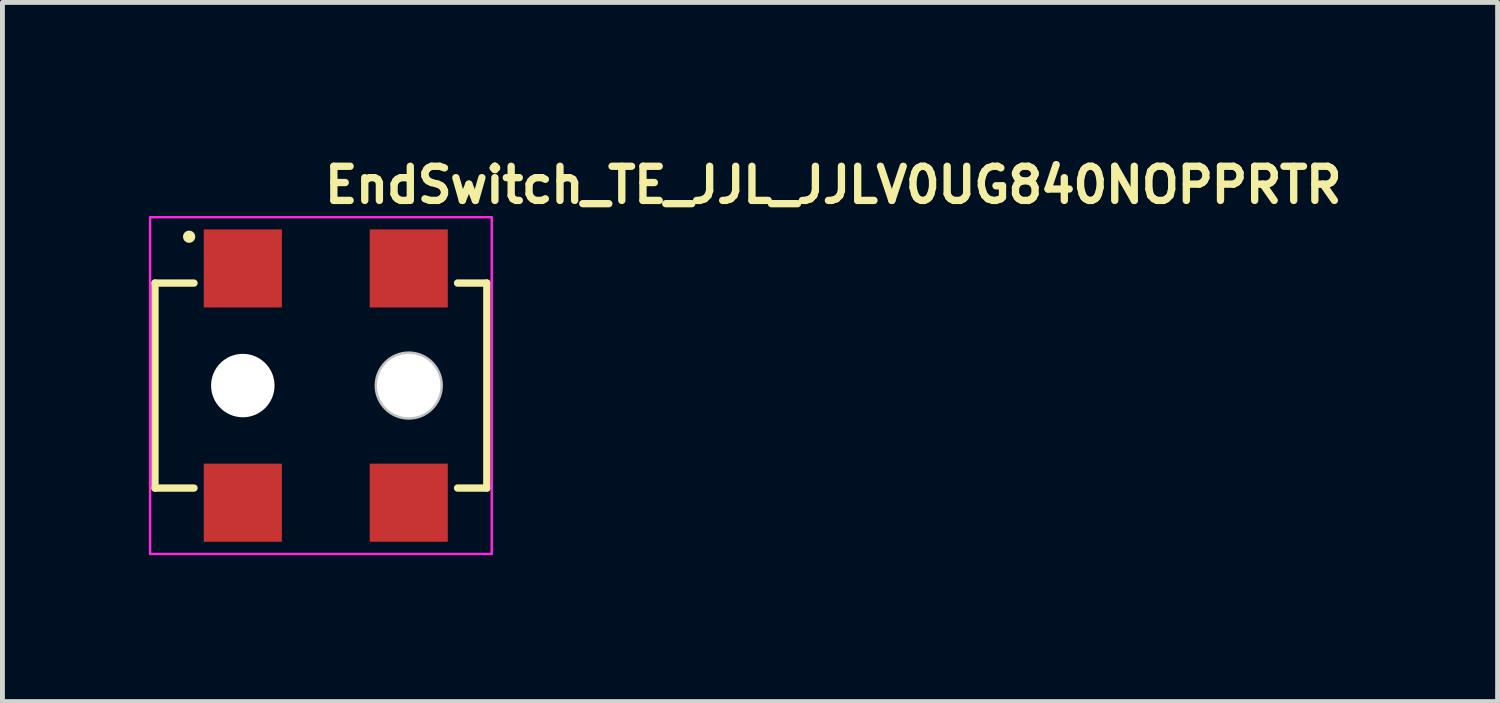
<source format=kicad_pcb>
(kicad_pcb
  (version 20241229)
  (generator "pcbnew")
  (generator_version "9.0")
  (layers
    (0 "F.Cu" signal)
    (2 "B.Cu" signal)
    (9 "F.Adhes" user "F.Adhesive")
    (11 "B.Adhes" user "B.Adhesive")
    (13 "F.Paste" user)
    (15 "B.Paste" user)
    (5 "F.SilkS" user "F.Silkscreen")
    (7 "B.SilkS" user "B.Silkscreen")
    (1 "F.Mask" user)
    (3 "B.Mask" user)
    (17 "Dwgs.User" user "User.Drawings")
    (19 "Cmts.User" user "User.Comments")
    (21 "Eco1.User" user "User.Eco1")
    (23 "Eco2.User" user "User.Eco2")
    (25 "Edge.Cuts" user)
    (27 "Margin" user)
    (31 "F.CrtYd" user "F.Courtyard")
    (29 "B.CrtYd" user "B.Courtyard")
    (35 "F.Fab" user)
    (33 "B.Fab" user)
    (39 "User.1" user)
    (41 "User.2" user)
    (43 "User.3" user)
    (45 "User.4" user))
  (footprint "EndSwitch_TE_JJL_JJLV0UG840NOPPRTR"
    (layer "F.Cu")
    (at 3.525 4.85)
    (property "Reference" "EndSwitch_TE_JJL_JJLV0UG840NOPPRTR" (at 0 -3.7 0) (layer "F.SilkS") (effects (font (size 0.7 0.7) (thickness 0.15)) (justify left bottom)))
    (attr smd)
    (fp_line (start -3.4 -2.1) (end -3.4 2.1) (stroke (width 0.15) (type solid)) (layer "F.SilkS"))
    (fp_line (start -3.4 2.1) (end -2.6 2.1) (stroke (width 0.15) (type solid)) (layer "F.SilkS"))
    (fp_line (start -2.6 -2.1) (end -3.4 -2.1) (stroke (width 0.15) (type solid)) (layer "F.SilkS"))
    (fp_line (start 2.8 2.1) (end 3.4 2.1) (stroke (width 0.15) (type solid)) (layer "F.SilkS"))
    (fp_line (start 3.4 -2.1) (end 2.8 -2.1) (stroke (width 0.15) (type solid)) (layer "F.SilkS"))
    (fp_line (start 3.4 2.1) (end 3.4 -2.1) (stroke (width 0.15) (type solid)) (layer "F.SilkS"))
    (fp_circle (center -2.7 -3.05) (end -2.65 -3.05) (stroke (width 0.15) (type solid)) (fill yes) (layer "F.SilkS"))
    (fp_circle (center 1.8 0) (end 2.4 0) (stroke (width 0.2) (type solid)) (fill no) (layer "Dwgs.User"))
    (fp_rect (start -3.5 -3.45) (end 3.5 3.45) (stroke (width 0.05) (type solid)) (fill no) (layer "F.CrtYd"))
    (fp_rect (start 3.25 2.7) (end -3.25 -2.7) (stroke (width 0.1) (type solid)) (fill no) (layer "User.5"))
    (fp_line (start -3.25 1.95) (end -3.25 -1.95) (stroke (width 0.02) (type solid)) (layer "User.9"))
    (fp_line (start -2.05 -1.997) (end -1.95 -2) (stroke (width 0.02) (type solid)) (layer "User.9"))
    (fp_line (start -2.05 -1.969) (end -2.05 -1.997) (stroke (width 0.02) (type solid)) (layer "User.9"))
    (fp_line (start -2.05 -1.95) (end -2.05 -1.969) (stroke (width 0.02) (type solid)) (layer "User.9"))
    (fp_line (start -2.05 1.969) (end -2.05 1.95) (stroke (width 0.02) (type solid)) (layer "User.9"))
    (fp_line (start -2.05 1.997) (end -2.05 1.969) (stroke (width 0.02) (type solid)) (layer "User.9"))
    (fp_line (start -2.05 1.997) (end -1.95 2) (stroke (width 0.02) (type solid)) (layer "User.9"))
    (fp_line (start -1.95 -2.7) (end -1.25 -2.7) (stroke (width 0.02) (type solid)) (layer "User.9"))
    (fp_line (start -1.95 -2) (end -1.95 -2.7) (stroke (width 0.02) (type solid)) (layer "User.9"))
    (fp_line (start -1.95 -2) (end -1.25 -2) (stroke (width 0.02) (type solid)) (layer "User.9"))
    (fp_line (start -1.95 2) (end -1.25 2) (stroke (width 0.02) (type solid)) (layer "User.9"))
    (fp_line (start -1.95 2.7) (end -1.95 2) (stroke (width 0.02) (type solid)) (layer "User.9"))
    (fp_line (start -1.95 2.7) (end -1.25 2.7) (stroke (width 0.02) (type solid)) (layer "User.9"))
    (fp_line (start -1.25 -2) (end -1.25 -2.7) (stroke (width 0.02) (type solid)) (layer "User.9"))
    (fp_line (start -1.25 -2) (end -1.15 -1.997) (stroke (width 0.02) (type solid)) (layer "User.9"))
    (fp_line (start -1.25 2) (end -1.15 1.997) (stroke (width 0.02) (type solid)) (layer "User.9"))
    (fp_line (start -1.25 2.7) (end -1.25 2) (stroke (width 0.02) (type solid)) (layer "User.9"))
    (fp_line (start -1.15 -1.969) (end -1.15 -1.997) (stroke (width 0.02) (type solid)) (layer "User.9"))
    (fp_line (start -1.15 -1.95) (end -1.15 -1.969) (stroke (width 0.02) (type solid)) (layer "User.9"))
    (fp_line (start -1.15 1.969) (end -1.15 1.95) (stroke (width 0.02) (type solid)) (layer "User.9"))
    (fp_line (start -1.15 1.997) (end -1.15 1.969) (stroke (width 0.02) (type solid)) (layer "User.9"))
    (fp_line (start -0.55 -1.95) (end -3.25 -1.95) (stroke (width 0.02) (type solid)) (layer "User.9"))
    (fp_line (start -0.55 -1.95) (end -0.55 -1.55) (stroke (width 0.02) (type solid)) (layer "User.9"))
    (fp_line (start -0.55 -1.55) (end -0.55 -1.95) (stroke (width 0.02) (type solid)) (layer "User.9"))
    (fp_line (start -0.55 1.55) (end -0.55 1.95) (stroke (width 0.02) (type solid)) (layer "User.9"))
    (fp_line (start -0.55 1.95) (end -3.25 1.95) (stroke (width 0.02) (type solid)) (layer "User.9"))
    (fp_line (start -0.55 1.95) (end -0.55 1.55) (stroke (width 0.02) (type solid)) (layer "User.9"))
    (fp_line (start -0.48 -1.8) (end -0.48 -1.55) (stroke (width 0.02) (type solid)) (layer "User.9"))
    (fp_line (start -0.48 1.8) (end -0.48 1.55) (stroke (width 0.02) (type solid)) (layer "User.9"))
    (fp_line (start 0.48 -1.8) (end -0.48 -1.8) (stroke (width 0.02) (type solid)) (layer "User.9"))
    (fp_line (start 0.48 -1.8) (end 0.48 -1.55) (stroke (width 0.02) (type solid)) (layer "User.9"))
    (fp_line (start 0.48 1.8) (end -0.48 1.8) (stroke (width 0.02) (type solid)) (layer "User.9"))
    (fp_line (start 0.48 1.8) (end 0.48 1.55) (stroke (width 0.02) (type solid)) (layer "User.9"))
    (fp_line (start 0.55 -1.95) (end -0.55 -1.95) (stroke (width 0.02) (type solid)) (layer "User.9"))
    (fp_line (start 0.55 -1.95) (end 0.55 -1.55) (stroke (width 0.02) (type solid)) (layer "User.9"))
    (fp_line (start 0.55 -1.55) (end -0.55 -1.55) (stroke (width 0.02) (type solid)) (layer "User.9"))
    (fp_line (start 0.55 -1.55) (end 0.55 -1.95) (stroke (width 0.02) (type solid)) (layer "User.9"))
    (fp_line (start 0.55 1.55) (end -0.55 1.55) (stroke (width 0.02) (type solid)) (layer "User.9"))
    (fp_line (start 0.55 1.55) (end 0.55 1.95) (stroke (width 0.02) (type solid)) (layer "User.9"))
    (fp_line (start 0.55 1.95) (end -0.55 1.95) (stroke (width 0.02) (type solid)) (layer "User.9"))
    (fp_line (start 0.55 1.95) (end 0.55 1.55) (stroke (width 0.02) (type solid)) (layer "User.9"))
    (fp_line (start 0.7 -0.022) (end 0.7 0.029) (stroke (width 0.02) (type solid)) (layer "User.9"))
    (fp_line (start 0.7 -0.022) (end 0.702 -0.074) (stroke (width 0.02) (type solid)) (layer "User.9"))
    (fp_line (start 0.7 0.029) (end 0.7 -0.022) (stroke (width 0.02) (type solid)) (layer "User.9"))
    (fp_line (start 0.7 0.029) (end 0.703 0.08) (stroke (width 0.02) (type solid)) (layer "User.9"))
    (fp_line (start 0.702 -0.074) (end 0.7 -0.022) (stroke (width 0.02) (type solid)) (layer "User.9"))
    (fp_line (start 0.702 -0.074) (end 0.707 -0.126) (stroke (width 0.02) (type solid)) (layer "User.9"))
    (fp_line (start 0.703 0.08) (end 0.7 0.029) (stroke (width 0.02) (type solid)) (layer "User.9"))
    (fp_line (start 0.703 0.08) (end 0.708 0.13) (stroke (width 0.02) (type solid)) (layer "User.9"))
    (fp_line (start 0.707 -0.126) (end 0.702 -0.074) (stroke (width 0.02) (type solid)) (layer "User.9"))
    (fp_line (start 0.707 -0.126) (end 0.707 -0.126) (stroke (width 0.02) (type solid)) (layer "User.9"))
    (fp_line (start 0.707 -0.126) (end 0.707 -0.126) (stroke (width 0.02) (type solid)) (layer "User.9"))
    (fp_line (start 0.707 -0.126) (end 0.714 -0.177) (stroke (width 0.02) (type solid)) (layer "User.9"))
    (fp_line (start 0.708 0.13) (end 0.703 0.08) (stroke (width 0.02) (type solid)) (layer "User.9"))
    (fp_line (start 0.708 0.13) (end 0.715 0.18) (stroke (width 0.02) (type solid)) (layer "User.9"))
    (fp_line (start 0.714 -0.177) (end 0.707 -0.126) (stroke (width 0.02) (type solid)) (layer "User.9"))
    (fp_line (start 0.714 -0.177) (end 0.724 -0.228) (stroke (width 0.02) (type solid)) (layer "User.9"))
    (fp_line (start 0.715 0.18) (end 0.708 0.13) (stroke (width 0.02) (type solid)) (layer "User.9"))
    (fp_line (start 0.715 0.18) (end 0.724 0.229) (stroke (width 0.02) (type solid)) (layer "User.9"))
    (fp_line (start 0.724 -0.228) (end 0.714 -0.177) (stroke (width 0.02) (type solid)) (layer "User.9"))
    (fp_line (start 0.724 -0.228) (end 0.736 -0.278) (stroke (width 0.02) (type solid)) (layer "User.9"))
    (fp_line (start 0.724 0.229) (end 0.715 0.18) (stroke (width 0.02) (type solid)) (layer "User.9"))
    (fp_line (start 0.724 0.229) (end 0.735 0.278) (stroke (width 0.02) (type solid)) (layer "User.9"))
    (fp_line (start 0.735 0.278) (end 0.724 0.229) (stroke (width 0.02) (type solid)) (layer "User.9"))
    (fp_line (start 0.735 0.278) (end 0.749 0.325) (stroke (width 0.02) (type solid)) (layer "User.9"))
    (fp_line (start 0.736 -0.278) (end 0.724 -0.228) (stroke (width 0.02) (type solid)) (layer "User.9"))
    (fp_line (start 0.736 -0.278) (end 0.75 -0.327) (stroke (width 0.02) (type solid)) (layer "User.9"))
    (fp_line (start 0.749 0.325) (end 0.735 0.278) (stroke (width 0.02) (type solid)) (layer "User.9"))
    (fp_line (start 0.749 0.325) (end 0.765 0.372) (stroke (width 0.02) (type solid)) (layer "User.9"))
    (fp_line (start 0.75 -0.327) (end 0.736 -0.278) (stroke (width 0.02) (type solid)) (layer "User.9"))
    (fp_line (start 0.75 -0.327) (end 0.766 -0.375) (stroke (width 0.02) (type solid)) (layer "User.9"))
    (fp_line (start 0.765 0.372) (end 0.749 0.325) (stroke (width 0.02) (type solid)) (layer "User.9"))
    (fp_line (start 0.765 0.372) (end 0.783 0.418) (stroke (width 0.02) (type solid)) (layer "User.9"))
    (fp_line (start 0.766 -0.375) (end 0.75 -0.327) (stroke (width 0.02) (type solid)) (layer "User.9"))
    (fp_line (start 0.766 -0.375) (end 0.784 -0.422) (stroke (width 0.02) (type solid)) (layer "User.9"))
    (fp_line (start 0.783 0.418) (end 0.765 0.372) (stroke (width 0.02) (type solid)) (layer "User.9"))
    (fp_line (start 0.783 0.418) (end 0.802 0.463) (stroke (width 0.02) (type solid)) (layer "User.9"))
    (fp_line (start 0.784 -0.422) (end 0.766 -0.375) (stroke (width 0.02) (type solid)) (layer "User.9"))
    (fp_line (start 0.784 -0.422) (end 0.804 -0.468) (stroke (width 0.02) (type solid)) (layer "User.9"))
    (fp_line (start 0.802 0.463) (end 0.783 0.418) (stroke (width 0.02) (type solid)) (layer "User.9"))
    (fp_line (start 0.802 0.463) (end 0.824 0.508) (stroke (width 0.02) (type solid)) (layer "User.9"))
    (fp_line (start 0.804 -0.468) (end 0.784 -0.422) (stroke (width 0.02) (type solid)) (layer "User.9"))
    (fp_line (start 0.804 -0.468) (end 0.826 -0.512) (stroke (width 0.02) (type solid)) (layer "User.9"))
    (fp_line (start 0.824 0.508) (end 0.802 0.463) (stroke (width 0.02) (type solid)) (layer "User.9"))
    (fp_line (start 0.824 0.508) (end 0.848 0.551) (stroke (width 0.02) (type solid)) (layer "User.9"))
    (fp_line (start 0.826 -0.512) (end 0.804 -0.468) (stroke (width 0.02) (type solid)) (layer "User.9"))
    (fp_line (start 0.826 -0.512) (end 0.85 -0.556) (stroke (width 0.02) (type solid)) (layer "User.9"))
    (fp_line (start 0.848 0.551) (end 0.824 0.508) (stroke (width 0.02) (type solid)) (layer "User.9"))
    (fp_line (start 0.848 0.551) (end 0.873 0.593) (stroke (width 0.02) (type solid)) (layer "User.9"))
    (fp_line (start 0.85 -0.556) (end 0.826 -0.512) (stroke (width 0.02) (type solid)) (layer "User.9"))
    (fp_line (start 0.85 -0.556) (end 0.876 -0.598) (stroke (width 0.02) (type solid)) (layer "User.9"))
    (fp_line (start 0.873 0.593) (end 0.848 0.551) (stroke (width 0.02) (type solid)) (layer "User.9"))
    (fp_line (start 0.873 0.593) (end 0.901 0.633) (stroke (width 0.02) (type solid)) (layer "User.9"))
    (fp_line (start 0.876 -0.598) (end 0.85 -0.556) (stroke (width 0.02) (type solid)) (layer "User.9"))
    (fp_line (start 0.876 -0.598) (end 0.904 -0.639) (stroke (width 0.02) (type solid)) (layer "User.9"))
    (fp_line (start 0.9 -0.002) (end 0.901 0.039) (stroke (width 0.02) (type solid)) (layer "User.9"))
    (fp_line (start 0.901 -0.043) (end 0.9 -0.002) (stroke (width 0.02) (type solid)) (layer "User.9"))
    (fp_line (start 0.901 0.039) (end 0.903 0.079) (stroke (width 0.02) (type solid)) (layer "User.9"))
    (fp_line (start 0.901 0.633) (end 0.873 0.593) (stroke (width 0.02) (type solid)) (layer "User.9"))
    (fp_line (start 0.901 0.633) (end 0.93 0.673) (stroke (width 0.02) (type solid)) (layer "User.9"))
    (fp_line (start 0.903 0.079) (end 0.908 0.119) (stroke (width 0.02) (type solid)) (layer "User.9"))
    (fp_line (start 0.904 -0.639) (end 0.876 -0.598) (stroke (width 0.02) (type solid)) (layer "User.9"))
    (fp_line (start 0.904 -0.639) (end 0.934 -0.678) (stroke (width 0.02) (type solid)) (layer "User.9"))
    (fp_line (start 0.904 -0.085) (end 0.901 -0.043) (stroke (width 0.02) (type solid)) (layer "User.9"))
    (fp_line (start 0.908 0.119) (end 0.914 0.159) (stroke (width 0.02) (type solid)) (layer "User.9"))
    (fp_line (start 0.909 -0.126) (end 0.904 -0.085) (stroke (width 0.02) (type solid)) (layer "User.9"))
    (fp_line (start 0.909 -0.126) (end 0.909 -0.126) (stroke (width 0.02) (type solid)) (layer "User.9"))
    (fp_line (start 0.914 0.159) (end 0.922 0.198) (stroke (width 0.02) (type solid)) (layer "User.9"))
    (fp_line (start 0.916 -0.168) (end 0.909 -0.126) (stroke (width 0.02) (type solid)) (layer "User.9"))
    (fp_line (start 0.922 0.198) (end 0.932 0.237) (stroke (width 0.02) (type solid)) (layer "User.9"))
    (fp_line (start 0.924 -0.208) (end 0.916 -0.168) (stroke (width 0.02) (type solid)) (layer "User.9"))
    (fp_line (start 0.93 0.673) (end 0.901 0.633) (stroke (width 0.02) (type solid)) (layer "User.9"))
    (fp_line (start 0.93 0.673) (end 0.961 0.711) (stroke (width 0.02) (type solid)) (layer "User.9"))
    (fp_line (start 0.932 0.237) (end 0.943 0.275) (stroke (width 0.02) (type solid)) (layer "User.9"))
    (fp_line (start 0.934 -0.678) (end 0.904 -0.639) (stroke (width 0.02) (type solid)) (layer "User.9"))
    (fp_line (start 0.934 -0.678) (end 0.965 -0.716) (stroke (width 0.02) (type solid)) (layer "User.9"))
    (fp_line (start 0.935 -0.248) (end 0.924 -0.208) (stroke (width 0.02) (type solid)) (layer "User.9"))
    (fp_line (start 0.943 0.275) (end 0.956 0.313) (stroke (width 0.02) (type solid)) (layer "User.9"))
    (fp_line (start 0.947 -0.287) (end 0.935 -0.248) (stroke (width 0.02) (type solid)) (layer "User.9"))
    (fp_line (start 0.956 0.313) (end 0.971 0.349) (stroke (width 0.02) (type solid)) (layer "User.9"))
    (fp_line (start 0.961 -0.325) (end 0.947 -0.287) (stroke (width 0.02) (type solid)) (layer "User.9"))
    (fp_line (start 0.961 0.711) (end 0.93 0.673) (stroke (width 0.02) (type solid)) (layer "User.9"))
    (fp_line (start 0.961 0.711) (end 0.993 0.748) (stroke (width 0.02) (type solid)) (layer "User.9"))
    (fp_line (start 0.965 -0.716) (end 0.934 -0.678) (stroke (width 0.02) (type solid)) (layer "User.9"))
    (fp_line (start 0.965 -0.716) (end 0.998 -0.753) (stroke (width 0.02) (type solid)) (layer "User.9"))
    (fp_line (start 0.971 0.349) (end 1.004 0.421) (stroke (width 0.02) (type solid)) (layer "User.9"))
    (fp_line (start 0.976 -0.362) (end 0.961 -0.325) (stroke (width 0.02) (type solid)) (layer "User.9"))
    (fp_line (start 0.993 -0.399) (end 0.976 -0.362) (stroke (width 0.02) (type solid)) (layer "User.9"))
    (fp_line (start 0.993 0.748) (end 0.961 0.711) (stroke (width 0.02) (type solid)) (layer "User.9"))
    (fp_line (start 0.993 0.748) (end 1.027 0.783) (stroke (width 0.02) (type solid)) (layer "User.9"))
    (fp_line (start 0.998 -0.753) (end 0.965 -0.716) (stroke (width 0.02) (type solid)) (layer "User.9"))
    (fp_line (start 0.998 -0.753) (end 1.032 -0.788) (stroke (width 0.02) (type solid)) (layer "User.9"))
    (fp_line (start 1.004 0.421) (end 1.044 0.489) (stroke (width 0.02) (type solid)) (layer "User.9"))
    (fp_line (start 1.012 -0.434) (end 0.993 -0.399) (stroke (width 0.02) (type solid)) (layer "User.9"))
    (fp_line (start 1.027 0.783) (end 0.993 0.748) (stroke (width 0.02) (type solid)) (layer "User.9"))
    (fp_line (start 1.027 0.783) (end 1.063 0.817) (stroke (width 0.02) (type solid)) (layer "User.9"))
    (fp_line (start 1.032 -0.788) (end 0.998 -0.753) (stroke (width 0.02) (type solid)) (layer "User.9"))
    (fp_line (start 1.032 -0.788) (end 1.068 -0.821) (stroke (width 0.02) (type solid)) (layer "User.9"))
    (fp_line (start 1.032 -0.469) (end 1.012 -0.434) (stroke (width 0.02) (type solid)) (layer "User.9"))
    (fp_line (start 1.044 0.489) (end 1.09 0.553) (stroke (width 0.02) (type solid)) (layer "User.9"))
    (fp_line (start 1.053 -0.502) (end 1.032 -0.469) (stroke (width 0.02) (type solid)) (layer "User.9"))
    (fp_line (start 1.063 0.817) (end 1.027 0.783) (stroke (width 0.02) (type solid)) (layer "User.9"))
    (fp_line (start 1.063 0.817) (end 1.101 0.849) (stroke (width 0.02) (type solid)) (layer "User.9"))
    (fp_line (start 1.068 -0.821) (end 1.032 -0.788) (stroke (width 0.02) (type solid)) (layer "User.9"))
    (fp_line (start 1.068 -0.821) (end 1.105 -0.853) (stroke (width 0.02) (type solid)) (layer "User.9"))
    (fp_line (start 1.076 -0.535) (end 1.053 -0.502) (stroke (width 0.02) (type solid)) (layer "User.9"))
    (fp_line (start 1.09 0.553) (end 1.141 0.613) (stroke (width 0.02) (type solid)) (layer "User.9"))
    (fp_line (start 1.1 -0.566) (end 1.076 -0.535) (stroke (width 0.02) (type solid)) (layer "User.9"))
    (fp_line (start 1.101 0.849) (end 1.063 0.817) (stroke (width 0.02) (type solid)) (layer "User.9"))
    (fp_line (start 1.101 0.849) (end 1.139 0.88) (stroke (width 0.02) (type solid)) (layer "User.9"))
    (fp_line (start 1.105 -0.853) (end 1.068 -0.821) (stroke (width 0.02) (type solid)) (layer "User.9"))
    (fp_line (start 1.105 -0.853) (end 1.144 -0.883) (stroke (width 0.02) (type solid)) (layer "User.9"))
    (fp_line (start 1.126 -0.596) (end 1.1 -0.566) (stroke (width 0.02) (type solid)) (layer "User.9"))
    (fp_line (start 1.139 0.88) (end 1.101 0.849) (stroke (width 0.02) (type solid)) (layer "User.9"))
    (fp_line (start 1.139 0.88) (end 1.18 0.909) (stroke (width 0.02) (type solid)) (layer "User.9"))
    (fp_line (start 1.141 0.613) (end 1.169 0.642) (stroke (width 0.02) (type solid)) (layer "User.9"))
    (fp_line (start 1.144 -0.883) (end 1.105 -0.853) (stroke (width 0.02) (type solid)) (layer "User.9"))
    (fp_line (start 1.144 -0.883) (end 1.184 -0.912) (stroke (width 0.02) (type solid)) (layer "User.9"))
    (fp_line (start 1.153 -0.625) (end 1.126 -0.596) (stroke (width 0.02) (type solid)) (layer "User.9"))
    (fp_line (start 1.169 0.642) (end 1.198 0.669) (stroke (width 0.02) (type solid)) (layer "User.9"))
    (fp_line (start 1.18 0.909) (end 1.139 0.88) (stroke (width 0.02) (type solid)) (layer "User.9"))
    (fp_line (start 1.18 0.909) (end 1.222 0.936) (stroke (width 0.02) (type solid)) (layer "User.9"))
    (fp_line (start 1.181 -0.653) (end 1.153 -0.625) (stroke (width 0.02) (type solid)) (layer "User.9"))
    (fp_line (start 1.184 -0.912) (end 1.144 -0.883) (stroke (width 0.02) (type solid)) (layer "User.9"))
    (fp_line (start 1.184 -0.912) (end 1.226 -0.938) (stroke (width 0.02) (type solid)) (layer "User.9"))
    (fp_line (start 1.198 0.669) (end 1.228 0.695) (stroke (width 0.02) (type solid)) (layer "User.9"))
    (fp_line (start 1.2 -1.997) (end 1.3 -2) (stroke (width 0.02) (type solid)) (layer "User.9"))
    (fp_line (start 1.2 -1.969) (end 1.2 -1.997) (stroke (width 0.02) (type solid)) (layer "User.9"))
    (fp_line (start 1.2 -1.95) (end 1.2 -1.969) (stroke (width 0.02) (type solid)) (layer "User.9"))
    (fp_line (start 1.2 0) (end 1.201 -0.04) (stroke (width 0.02) (type solid)) (layer "User.9"))
    (fp_line (start 1.2 0) (end 1.201 0.04) (stroke (width 0.02) (type solid)) (layer "User.9"))
    (fp_line (start 1.2 1.969) (end 1.2 1.95) (stroke (width 0.02) (type solid)) (layer "User.9"))
    (fp_line (start 1.2 1.997) (end 1.2 1.969) (stroke (width 0.02) (type solid)) (layer "User.9"))
    (fp_line (start 1.2 1.997) (end 1.3 2) (stroke (width 0.02) (type solid)) (layer "User.9"))
    (fp_line (start 1.201 -0.04) (end 1.205 -0.079) (stroke (width 0.02) (type solid)) (layer "User.9"))
    (fp_line (start 1.201 0.04) (end 1.205 0.079) (stroke (width 0.02) (type solid)) (layer "User.9"))
    (fp_line (start 1.205 -0.079) (end 1.212 -0.118) (stroke (width 0.02) (type solid)) (layer "User.9"))
    (fp_line (start 1.205 0.079) (end 1.212 0.118) (stroke (width 0.02) (type solid)) (layer "User.9"))
    (fp_line (start 1.21 -0.68) (end 1.181 -0.653) (stroke (width 0.02) (type solid)) (layer "User.9"))
    (fp_line (start 1.212 -0.118) (end 1.221 -0.157) (stroke (width 0.02) (type solid)) (layer "User.9"))
    (fp_line (start 1.212 0.118) (end 1.221 0.157) (stroke (width 0.02) (type solid)) (layer "User.9"))
    (fp_line (start 1.221 -0.157) (end 1.232 -0.194) (stroke (width 0.02) (type solid)) (layer "User.9"))
    (fp_line (start 1.221 0.157) (end 1.232 0.194) (stroke (width 0.02) (type solid)) (layer "User.9"))
    (fp_line (start 1.222 0.936) (end 1.18 0.909) (stroke (width 0.02) (type solid)) (layer "User.9"))
    (fp_line (start 1.222 0.936) (end 1.265 0.961) (stroke (width 0.02) (type solid)) (layer "User.9"))
    (fp_line (start 1.226 -0.938) (end 1.184 -0.912) (stroke (width 0.02) (type solid)) (layer "User.9"))
    (fp_line (start 1.226 -0.938) (end 1.268 -0.963) (stroke (width 0.02) (type solid)) (layer "User.9"))
    (fp_line (start 1.228 0.695) (end 1.259 0.72) (stroke (width 0.02) (type solid)) (layer "User.9"))
    (fp_line (start 1.232 -0.194) (end 1.246 -0.23) (stroke (width 0.02) (type solid)) (layer "User.9"))
    (fp_line (start 1.232 0.194) (end 1.246 0.23) (stroke (width 0.02) (type solid)) (layer "User.9"))
    (fp_line (start 1.24 -0.705) (end 1.21 -0.68) (stroke (width 0.02) (type solid)) (layer "User.9"))
    (fp_line (start 1.246 -0.23) (end 1.262 -0.266) (stroke (width 0.02) (type solid)) (layer "User.9"))
    (fp_line (start 1.246 0.23) (end 1.262 0.266) (stroke (width 0.02) (type solid)) (layer "User.9"))
    (fp_line (start 1.259 0.72) (end 1.292 0.743) (stroke (width 0.02) (type solid)) (layer "User.9"))
    (fp_line (start 1.262 -0.266) (end 1.28 -0.3) (stroke (width 0.02) (type solid)) (layer "User.9"))
    (fp_line (start 1.262 0.266) (end 1.28 0.3) (stroke (width 0.02) (type solid)) (layer "User.9"))
    (fp_line (start 1.265 0.961) (end 1.222 0.936) (stroke (width 0.02) (type solid)) (layer "User.9"))
    (fp_line (start 1.265 0.961) (end 1.309 0.985) (stroke (width 0.02) (type solid)) (layer "User.9"))
    (fp_line (start 1.268 -0.963) (end 1.226 -0.938) (stroke (width 0.02) (type solid)) (layer "User.9"))
    (fp_line (start 1.268 -0.963) (end 1.312 -0.986) (stroke (width 0.02) (type solid)) (layer "User.9"))
    (fp_line (start 1.272 -0.729) (end 1.24 -0.705) (stroke (width 0.02) (type solid)) (layer "User.9"))
    (fp_line (start 1.28 -0.3) (end 1.301 -0.333) (stroke (width 0.02) (type solid)) (layer "User.9"))
    (fp_line (start 1.28 0.3) (end 1.301 0.333) (stroke (width 0.02) (type solid)) (layer "User.9"))
    (fp_line (start 1.292 0.743) (end 1.326 0.765) (stroke (width 0.02) (type solid)) (layer "User.9"))
    (fp_line (start 1.3 -2.7) (end 2 -2.7) (stroke (width 0.02) (type solid)) (layer "User.9"))
    (fp_line (start 1.3 -2) (end 1.3 -2.7) (stroke (width 0.02) (type solid)) (layer "User.9"))
    (fp_line (start 1.3 -2) (end 2 -2) (stroke (width 0.02) (type solid)) (layer "User.9"))
    (fp_line (start 1.3 2) (end 2 2) (stroke (width 0.02) (type solid)) (layer "User.9"))
    (fp_line (start 1.3 2.7) (end 1.3 2) (stroke (width 0.02) (type solid)) (layer "User.9"))
    (fp_line (start 1.3 2.7) (end 2 2.7) (stroke (width 0.02) (type solid)) (layer "User.9"))
    (fp_line (start 1.301 -0.333) (end 1.323 -0.365) (stroke (width 0.02) (type solid)) (layer "User.9"))
    (fp_line (start 1.301 0.333) (end 1.323 0.365) (stroke (width 0.02) (type solid)) (layer "User.9"))
    (fp_line (start 1.304 -0.751) (end 1.272 -0.729) (stroke (width 0.02) (type solid)) (layer "User.9"))
    (fp_line (start 1.309 0.985) (end 1.265 0.961) (stroke (width 0.02) (type solid)) (layer "User.9"))
    (fp_line (start 1.309 0.985) (end 1.355 1.006) (stroke (width 0.02) (type solid)) (layer "User.9"))
    (fp_line (start 1.312 -0.986) (end 1.268 -0.963) (stroke (width 0.02) (type solid)) (layer "User.9"))
    (fp_line (start 1.312 -0.986) (end 1.357 -1.007) (stroke (width 0.02) (type solid)) (layer "User.9"))
    (fp_line (start 1.323 -0.365) (end 1.348 -0.395) (stroke (width 0.02) (type solid)) (layer "User.9"))
    (fp_line (start 1.323 0.365) (end 1.348 0.395) (stroke (width 0.02) (type solid)) (layer "User.9"))
    (fp_line (start 1.326 0.765) (end 1.36 0.785) (stroke (width 0.02) (type solid)) (layer "User.9"))
    (fp_line (start 1.338 -0.772) (end 1.304 -0.751) (stroke (width 0.02) (type solid)) (layer "User.9"))
    (fp_line (start 1.348 -0.395) (end 1.375 -0.423) (stroke (width 0.02) (type solid)) (layer "User.9"))
    (fp_line (start 1.348 0.395) (end 1.375 0.423) (stroke (width 0.02) (type solid)) (layer "User.9"))
    (fp_line (start 1.355 1.006) (end 1.309 0.985) (stroke (width 0.02) (type solid)) (layer "User.9"))
    (fp_line (start 1.355 1.006) (end 1.402 1.026) (stroke (width 0.02) (type solid)) (layer "User.9"))
    (fp_line (start 1.357 -1.007) (end 1.312 -0.986) (stroke (width 0.02) (type solid)) (layer "User.9"))
    (fp_line (start 1.357 -1.007) (end 1.402 -1.026) (stroke (width 0.02) (type solid)) (layer "User.9"))
    (fp_line (start 1.36 0.785) (end 1.396 0.804) (stroke (width 0.02) (type solid)) (layer "User.9"))
    (fp_line (start 1.372 -0.792) (end 1.338 -0.772) (stroke (width 0.02) (type solid)) (layer "User.9"))
    (fp_line (start 1.375 -0.423) (end 1.403 -0.45) (stroke (width 0.02) (type solid)) (layer "User.9"))
    (fp_line (start 1.375 0.423) (end 1.403 0.45) (stroke (width 0.02) (type solid)) (layer "User.9"))
    (fp_line (start 1.396 0.804) (end 1.433 0.822) (stroke (width 0.02) (type solid)) (layer "User.9"))
    (fp_line (start 1.397 -0.021) (end 1.399 -0.041) (stroke (width 0.02) (type solid)) (layer "User.9"))
    (fp_line (start 1.397 0) (end 1.397 -0.021) (stroke (width 0.02) (type solid)) (layer "User.9"))
    (fp_line (start 1.397 0) (end 1.397 0.021) (stroke (width 0.02) (type solid)) (layer "User.9"))
    (fp_line (start 1.397 0.021) (end 1.399 0.041) (stroke (width 0.02) (type solid)) (layer "User.9"))
    (fp_line (start 1.399 -0.041) (end 1.402 -0.061) (stroke (width 0.02) (type solid)) (layer "User.9"))
    (fp_line (start 1.399 0.041) (end 1.402 0.061) (stroke (width 0.02) (type solid)) (layer "User.9"))
    (fp_line (start 1.402 -1.026) (end 1.357 -1.007) (stroke (width 0.02) (type solid)) (layer "User.9"))
    (fp_line (start 1.402 -1.026) (end 1.449 -1.043) (stroke (width 0.02) (type solid)) (layer "User.9"))
    (fp_line (start 1.402 -0.061) (end 1.405 -0.081) (stroke (width 0.02) (type solid)) (layer "User.9"))
    (fp_line (start 1.402 0.061) (end 1.405 0.081) (stroke (width 0.02) (type solid)) (layer "User.9"))
    (fp_line (start 1.402 1.026) (end 1.355 1.006) (stroke (width 0.02) (type solid)) (layer "User.9"))
    (fp_line (start 1.402 1.026) (end 1.45 1.043) (stroke (width 0.02) (type solid)) (layer "User.9"))
    (fp_line (start 1.403 -0.45) (end 1.434 -0.475) (stroke (width 0.02) (type solid)) (layer "User.9"))
    (fp_line (start 1.403 0.45) (end 1.434 0.475) (stroke (width 0.02) (type solid)) (layer "User.9"))
    (fp_line (start 1.405 -0.081) (end 1.41 -0.1) (stroke (width 0.02) (type solid)) (layer "User.9"))
    (fp_line (start 1.405 0.081) (end 1.41 0.1) (stroke (width 0.02) (type solid)) (layer "User.9"))
    (fp_line (start 1.407 -0.81) (end 1.372 -0.792) (stroke (width 0.02) (type solid)) (layer "User.9"))
    (fp_line (start 1.41 -0.1) (end 1.415 -0.119) (stroke (width 0.02) (type solid)) (layer "User.9"))
    (fp_line (start 1.41 0.1) (end 1.415 0.119) (stroke (width 0.02) (type solid)) (layer "User.9"))
    (fp_line (start 1.415 -0.119) (end 1.422 -0.138) (stroke (width 0.02) (type solid)) (layer "User.9"))
    (fp_line (start 1.415 0.119) (end 1.422 0.138) (stroke (width 0.02) (type solid)) (layer "User.9"))
    (fp_line (start 1.422 -0.138) (end 1.429 -0.156) (stroke (width 0.02) (type solid)) (layer "User.9"))
    (fp_line (start 1.422 0.138) (end 1.429 0.156) (stroke (width 0.02) (type solid)) (layer "User.9"))
    (fp_line (start 1.429 -0.156) (end 1.437 -0.174) (stroke (width 0.02) (type solid)) (layer "User.9"))
    (fp_line (start 1.429 0.156) (end 1.437 0.174) (stroke (width 0.02) (type solid)) (layer "User.9"))
    (fp_line (start 1.433 0.822) (end 1.471 0.838) (stroke (width 0.02) (type solid)) (layer "User.9"))
    (fp_line (start 1.434 -0.475) (end 1.466 -0.498) (stroke (width 0.02) (type solid)) (layer "User.9"))
    (fp_line (start 1.434 0.475) (end 1.466 0.498) (stroke (width 0.02) (type solid)) (layer "User.9"))
    (fp_line (start 1.437 -0.174) (end 1.446 -0.192) (stroke (width 0.02) (type solid)) (layer "User.9"))
    (fp_line (start 1.437 0.174) (end 1.446 0.192) (stroke (width 0.02) (type solid)) (layer "User.9"))
    (fp_line (start 1.444 -0.827) (end 1.407 -0.81) (stroke (width 0.02) (type solid)) (layer "User.9"))
    (fp_line (start 1.446 -0.192) (end 1.456 -0.208) (stroke (width 0.02) (type solid)) (layer "User.9"))
    (fp_line (start 1.446 0.192) (end 1.456 0.208) (stroke (width 0.02) (type solid)) (layer "User.9"))
    (fp_line (start 1.449 -1.043) (end 1.402 -1.026) (stroke (width 0.02) (type solid)) (layer "User.9"))
    (fp_line (start 1.449 -1.043) (end 1.497 -1.058) (stroke (width 0.02) (type solid)) (layer "User.9"))
    (fp_line (start 1.45 1.043) (end 1.402 1.026) (stroke (width 0.02) (type solid)) (layer "User.9"))
    (fp_line (start 1.45 1.043) (end 1.5 1.058) (stroke (width 0.02) (type solid)) (layer "User.9"))
    (fp_line (start 1.456 -0.208) (end 1.466 -0.225) (stroke (width 0.02) (type solid)) (layer "User.9"))
    (fp_line (start 1.456 0.208) (end 1.466 0.225) (stroke (width 0.02) (type solid)) (layer "User.9"))
    (fp_line (start 1.466 -0.498) (end 1.5 -0.52) (stroke (width 0.02) (type solid)) (layer "User.9"))
    (fp_line (start 1.466 -0.225) (end 1.478 -0.24) (stroke (width 0.02) (type solid)) (layer "User.9"))
    (fp_line (start 1.466 0.225) (end 1.478 0.24) (stroke (width 0.02) (type solid)) (layer "User.9"))
    (fp_line (start 1.466 0.498) (end 1.5 0.52) (stroke (width 0.02) (type solid)) (layer "User.9"))
    (fp_line (start 1.471 0.838) (end 1.51 0.852) (stroke (width 0.02) (type solid)) (layer "User.9"))
    (fp_line (start 1.478 -0.24) (end 1.489 -0.256) (stroke (width 0.02) (type solid)) (layer "User.9"))
    (fp_line (start 1.478 0.24) (end 1.489 0.256) (stroke (width 0.02) (type solid)) (layer "User.9"))
    (fp_line (start 1.48 -0.842) (end 1.444 -0.827) (stroke (width 0.02) (type solid)) (layer "User.9"))
    (fp_line (start 1.489 -0.256) (end 1.502 -0.27) (stroke (width 0.02) (type solid)) (layer "User.9"))
    (fp_line (start 1.489 0.256) (end 1.502 0.27) (stroke (width 0.02) (type solid)) (layer "User.9"))
    (fp_line (start 1.497 -1.058) (end 1.449 -1.043) (stroke (width 0.02) (type solid)) (layer "User.9"))
    (fp_line (start 1.497 -1.058) (end 1.546 -1.07) (stroke (width 0.02) (type solid)) (layer "User.9"))
    (fp_line (start 1.5 -0.52) (end 1.5 -0.52) (stroke (width 0.02) (type solid)) (layer "User.9"))
    (fp_line (start 1.5 -0.52) (end 1.535 -0.538) (stroke (width 0.02) (type solid)) (layer "User.9"))
    (fp_line (start 1.5 0.52) (end 1.5 0.52) (stroke (width 0.02) (type solid)) (layer "User.9"))
    (fp_line (start 1.5 0.52) (end 1.535 0.538) (stroke (width 0.02) (type solid)) (layer "User.9"))
    (fp_line (start 1.5 1.058) (end 1.45 1.043) (stroke (width 0.02) (type solid)) (layer "User.9"))
    (fp_line (start 1.5 1.058) (end 1.55 1.071) (stroke (width 0.02) (type solid)) (layer "User.9"))
    (fp_line (start 1.502 -0.27) (end 1.516 -0.284) (stroke (width 0.02) (type solid)) (layer "User.9"))
    (fp_line (start 1.502 0.27) (end 1.516 0.284) (stroke (width 0.02) (type solid)) (layer "User.9"))
    (fp_line (start 1.51 0.852) (end 1.55 0.865) (stroke (width 0.02) (type solid)) (layer "User.9"))
    (fp_line (start 1.516 -0.284) (end 1.53 -0.297) (stroke (width 0.02) (type solid)) (layer "User.9"))
    (fp_line (start 1.516 0.284) (end 1.53 0.297) (stroke (width 0.02) (type solid)) (layer "User.9"))
    (fp_line (start 1.518 -0.855) (end 1.48 -0.842) (stroke (width 0.02) (type solid)) (layer "User.9"))
    (fp_line (start 1.53 -0.297) (end 1.544 -0.31) (stroke (width 0.02) (type solid)) (layer "User.9"))
    (fp_line (start 1.53 0.297) (end 1.544 0.31) (stroke (width 0.02) (type solid)) (layer "User.9"))
    (fp_line (start 1.535 -0.538) (end 1.571 -0.555) (stroke (width 0.02) (type solid)) (layer "User.9"))
    (fp_line (start 1.535 0.538) (end 1.571 0.555) (stroke (width 0.02) (type solid)) (layer "User.9"))
    (fp_line (start 1.544 -0.31) (end 1.559 -0.322) (stroke (width 0.02) (type solid)) (layer "User.9"))
    (fp_line (start 1.544 0.31) (end 1.559 0.322) (stroke (width 0.02) (type solid)) (layer "User.9"))
    (fp_line (start 1.546 -1.07) (end 1.497 -1.058) (stroke (width 0.02) (type solid)) (layer "User.9"))
    (fp_line (start 1.546 -1.07) (end 1.595 -1.081) (stroke (width 0.02) (type solid)) (layer "User.9"))
    (fp_line (start 1.55 0.865) (end 1.55 1.7) (stroke (width 0.02) (type solid)) (layer "User.9"))
    (fp_line (start 1.55 0.885) (end 1.55 1.071) (stroke (width 0.02) (type solid)) (layer "User.9"))
    (fp_line (start 1.55 1.071) (end 1.5 1.058) (stroke (width 0.02) (type solid)) (layer "User.9"))
    (fp_line (start 1.55 1.7) (end 2.05 1.7) (stroke (width 0.02) (type solid)) (layer "User.9"))
    (fp_line (start 1.557 -0.867) (end 1.518 -0.855) (stroke (width 0.02) (type solid)) (layer "User.9"))
    (fp_line (start 1.559 -0.322) (end 1.575 -0.333) (stroke (width 0.02) (type solid)) (layer "User.9"))
    (fp_line (start 1.559 0.322) (end 1.575 0.333) (stroke (width 0.02) (type solid)) (layer "User.9"))
    (fp_line (start 1.571 -0.555) (end 1.608 -0.569) (stroke (width 0.02) (type solid)) (layer "User.9"))
    (fp_line (start 1.571 0.555) (end 1.608 0.569) (stroke (width 0.02) (type solid)) (layer "User.9"))
    (fp_line (start 1.575 -0.333) (end 1.591 -0.343) (stroke (width 0.02) (type solid)) (layer "User.9"))
    (fp_line (start 1.575 0.333) (end 1.591 0.343) (stroke (width 0.02) (type solid)) (layer "User.9"))
    (fp_line (start 1.591 -0.343) (end 1.608 -0.353) (stroke (width 0.02) (type solid)) (layer "User.9"))
    (fp_line (start 1.591 0.343) (end 1.608 0.353) (stroke (width 0.02) (type solid)) (layer "User.9"))
    (fp_line (start 1.595 -1.081) (end 1.546 -1.07) (stroke (width 0.02) (type solid)) (layer "User.9"))
    (fp_line (start 1.595 -1.081) (end 1.645 -1.089) (stroke (width 0.02) (type solid)) (layer "User.9"))
    (fp_line (start 1.596 -0.877) (end 1.557 -0.867) (stroke (width 0.02) (type solid)) (layer "User.9"))
    (fp_line (start 1.608 -0.569) (end 1.646 -0.58) (stroke (width 0.02) (type solid)) (layer "User.9"))
    (fp_line (start 1.608 -0.353) (end 1.626 -0.362) (stroke (width 0.02) (type solid)) (layer "User.9"))
    (fp_line (start 1.608 0.353) (end 1.626 0.362) (stroke (width 0.02) (type solid)) (layer "User.9"))
    (fp_line (start 1.608 0.569) (end 1.646 0.58) (stroke (width 0.02) (type solid)) (layer "User.9"))
    (fp_line (start 1.626 -0.362) (end 1.643 -0.37) (stroke (width 0.02) (type solid)) (layer "User.9"))
    (fp_line (start 1.626 0.362) (end 1.643 0.37) (stroke (width 0.02) (type solid)) (layer "User.9"))
    (fp_line (start 1.636 -0.885) (end 1.596 -0.877) (stroke (width 0.02) (type solid)) (layer "User.9"))
    (fp_line (start 1.643 -0.37) (end 1.662 -0.377) (stroke (width 0.02) (type solid)) (layer "User.9"))
    (fp_line (start 1.643 0.37) (end 1.662 0.377) (stroke (width 0.02) (type solid)) (layer "User.9"))
    (fp_line (start 1.645 -1.089) (end 1.595 -1.081) (stroke (width 0.02) (type solid)) (layer "User.9"))
    (fp_line (start 1.645 -1.089) (end 1.696 -1.095) (stroke (width 0.02) (type solid)) (layer "User.9"))
    (fp_line (start 1.646 -0.58) (end 1.684 -0.589) (stroke (width 0.02) (type solid)) (layer "User.9"))
    (fp_line (start 1.646 0.58) (end 1.684 0.589) (stroke (width 0.02) (type solid)) (layer "User.9"))
    (fp_line (start 1.662 -0.377) (end 1.68 -0.384) (stroke (width 0.02) (type solid)) (layer "User.9"))
    (fp_line (start 1.662 0.377) (end 1.68 0.384) (stroke (width 0.02) (type solid)) (layer "User.9"))
    (fp_line (start 1.676 -0.891) (end 1.636 -0.885) (stroke (width 0.02) (type solid)) (layer "User.9"))
    (fp_line (start 1.68 -0.384) (end 1.7 -0.389) (stroke (width 0.02) (type solid)) (layer "User.9"))
    (fp_line (start 1.68 0.384) (end 1.7 0.389) (stroke (width 0.02) (type solid)) (layer "User.9"))
    (fp_line (start 1.684 -0.589) (end 1.722 -0.595) (stroke (width 0.02) (type solid)) (layer "User.9"))
    (fp_line (start 1.684 0.589) (end 1.722 0.595) (stroke (width 0.02) (type solid)) (layer "User.9"))
    (fp_line (start 1.696 -1.095) (end 1.645 -1.089) (stroke (width 0.02) (type solid)) (layer "User.9"))
    (fp_line (start 1.696 -1.095) (end 1.748 -1.099) (stroke (width 0.02) (type solid)) (layer "User.9"))
    (fp_line (start 1.7 -0.389) (end 1.719 -0.393) (stroke (width 0.02) (type solid)) (layer "User.9"))
    (fp_line (start 1.7 0.389) (end 1.719 0.393) (stroke (width 0.02) (type solid)) (layer "User.9"))
    (fp_line (start 1.717 -0.896) (end 1.676 -0.891) (stroke (width 0.02) (type solid)) (layer "User.9"))
    (fp_line (start 1.719 -0.393) (end 1.739 -0.397) (stroke (width 0.02) (type solid)) (layer "User.9"))
    (fp_line (start 1.719 0.393) (end 1.739 0.397) (stroke (width 0.02) (type solid)) (layer "User.9"))
    (fp_line (start 1.722 -0.595) (end 1.761 -0.599) (stroke (width 0.02) (type solid)) (layer "User.9"))
    (fp_line (start 1.722 0.595) (end 1.761 0.599) (stroke (width 0.02) (type solid)) (layer "User.9"))
    (fp_line (start 1.739 -0.397) (end 1.759 -0.399) (stroke (width 0.02) (type solid)) (layer "User.9"))
    (fp_line (start 1.739 0.397) (end 1.759 0.399) (stroke (width 0.02) (type solid)) (layer "User.9"))
    (fp_line (start 1.748 -1.099) (end 1.696 -1.095) (stroke (width 0.02) (type solid)) (layer "User.9"))
    (fp_line (start 1.748 -1.099) (end 1.8 -1.1) (stroke (width 0.02) (type solid)) (layer "User.9"))
    (fp_line (start 1.758 -0.899) (end 1.717 -0.896) (stroke (width 0.02) (type solid)) (layer "User.9"))
    (fp_line (start 1.759 -0.399) (end 1.779 -0.401) (stroke (width 0.02) (type solid)) (layer "User.9"))
    (fp_line (start 1.759 0.399) (end 1.779 0.401) (stroke (width 0.02) (type solid)) (layer "User.9"))
    (fp_line (start 1.761 -0.599) (end 1.8 -0.6) (stroke (width 0.02) (type solid)) (layer "User.9"))
    (fp_line (start 1.761 0.599) (end 1.8 0.6) (stroke (width 0.02) (type solid)) (layer "User.9"))
    (fp_line (start 1.779 -0.401) (end 1.8 -0.402) (stroke (width 0.02) (type solid)) (layer "User.9"))
    (fp_line (start 1.779 0.401) (end 1.8 0.402) (stroke (width 0.02) (type solid)) (layer "User.9"))
    (fp_line (start 1.8 -1.1) (end 1.748 -1.099) (stroke (width 0.02) (type solid)) (layer "User.9"))
    (fp_line (start 1.8 -1.1) (end 1.8 -1.1) (stroke (width 0.02) (type solid)) (layer "User.9"))
    (fp_line (start 1.8 -1.1) (end 1.8 -1.1) (stroke (width 0.02) (type solid)) (layer "User.9"))
    (fp_line (start 1.8 -1.1) (end 1.852 -1.099) (stroke (width 0.02) (type solid)) (layer "User.9"))
    (fp_line (start 1.8 -0.9) (end 1.758 -0.899) (stroke (width 0.02) (type solid)) (layer "User.9"))
    (fp_line (start 1.8 -0.9) (end 1.8 -0.9) (stroke (width 0.02) (type solid)) (layer "User.9"))
    (fp_line (start 1.8 -0.6) (end 1.839 -0.599) (stroke (width 0.02) (type solid)) (layer "User.9"))
    (fp_line (start 1.8 -0.402) (end 1.8 -0.402) (stroke (width 0.02) (type solid)) (layer "User.9"))
    (fp_line (start 1.8 -0.402) (end 1.821 -0.401) (stroke (width 0.02) (type solid)) (layer "User.9"))
    (fp_line (start 1.8 0.402) (end 1.8 0.402) (stroke (width 0.02) (type solid)) (layer "User.9"))
    (fp_line (start 1.8 0.402) (end 1.821 0.401) (stroke (width 0.02) (type solid)) (layer "User.9"))
    (fp_line (start 1.8 0.6) (end 1.839 0.599) (stroke (width 0.02) (type solid)) (layer "User.9"))
    (fp_line (start 1.821 -0.401) (end 1.841 -0.399) (stroke (width 0.02) (type solid)) (layer "User.9"))
    (fp_line (start 1.821 0.401) (end 1.841 0.399) (stroke (width 0.02) (type solid)) (layer "User.9"))
    (fp_line (start 1.839 -0.599) (end 1.878 -0.595) (stroke (width 0.02) (type solid)) (layer "User.9"))
    (fp_line (start 1.839 0.599) (end 1.878 0.595) (stroke (width 0.02) (type solid)) (layer "User.9"))
    (fp_line (start 1.841 -0.399) (end 1.861 -0.397) (stroke (width 0.02) (type solid)) (layer "User.9"))
    (fp_line (start 1.841 0.399) (end 1.861 0.397) (stroke (width 0.02) (type solid)) (layer "User.9"))
    (fp_line (start 1.842 -0.899) (end 1.8 -0.9) (stroke (width 0.02) (type solid)) (layer "User.9"))
    (fp_line (start 1.852 -1.099) (end 1.8 -1.1) (stroke (width 0.02) (type solid)) (layer "User.9"))
    (fp_line (start 1.852 -1.099) (end 1.904 -1.095) (stroke (width 0.02) (type solid)) (layer "User.9"))
    (fp_line (start 1.861 -0.397) (end 1.881 -0.393) (stroke (width 0.02) (type solid)) (layer "User.9"))
    (fp_line (start 1.861 0.397) (end 1.881 0.393) (stroke (width 0.02) (type solid)) (layer "User.9"))
    (fp_line (start 1.878 -0.595) (end 1.916 -0.589) (stroke (width 0.02) (type solid)) (layer "User.9"))
    (fp_line (start 1.878 0.595) (end 1.916 0.589) (stroke (width 0.02) (type solid)) (layer "User.9"))
    (fp_line (start 1.881 -0.393) (end 1.9 -0.389) (stroke (width 0.02) (type solid)) (layer "User.9"))
    (fp_line (start 1.881 0.393) (end 1.9 0.389) (stroke (width 0.02) (type solid)) (layer "User.9"))
    (fp_line (start 1.883 -0.896) (end 1.842 -0.899) (stroke (width 0.02) (type solid)) (layer "User.9"))
    (fp_line (start 1.9 -0.389) (end 1.92 -0.384) (stroke (width 0.02) (type solid)) (layer "User.9"))
    (fp_line (start 1.9 0.389) (end 1.92 0.384) (stroke (width 0.02) (type solid)) (layer "User.9"))
    (fp_line (start 1.904 -1.095) (end 1.852 -1.099) (stroke (width 0.02) (type solid)) (layer "User.9"))
    (fp_line (start 1.904 -1.095) (end 1.955 -1.089) (stroke (width 0.02) (type solid)) (layer "User.9"))
    (fp_line (start 1.916 -0.589) (end 1.954 -0.58) (stroke (width 0.02) (type solid)) (layer "User.9"))
    (fp_line (start 1.916 0.589) (end 1.954 0.58) (stroke (width 0.02) (type solid)) (layer "User.9"))
    (fp_line (start 1.92 -0.384) (end 1.938 -0.377) (stroke (width 0.02) (type solid)) (layer "User.9"))
    (fp_line (start 1.92 0.384) (end 1.938 0.377) (stroke (width 0.02) (type solid)) (layer "User.9"))
    (fp_line (start 1.924 -0.891) (end 1.883 -0.896) (stroke (width 0.02) (type solid)) (layer "User.9"))
    (fp_line (start 1.938 -0.377) (end 1.957 -0.37) (stroke (width 0.02) (type solid)) (layer "User.9"))
    (fp_line (start 1.938 0.377) (end 1.957 0.37) (stroke (width 0.02) (type solid)) (layer "User.9"))
    (fp_line (start 1.954 -0.58) (end 1.992 -0.569) (stroke (width 0.02) (type solid)) (layer "User.9"))
    (fp_line (start 1.954 0.58) (end 1.992 0.569) (stroke (width 0.02) (type solid)) (layer "User.9"))
    (fp_line (start 1.955 -1.089) (end 1.904 -1.095) (stroke (width 0.02) (type solid)) (layer "User.9"))
    (fp_line (start 1.955 -1.089) (end 2.005 -1.081) (stroke (width 0.02) (type solid)) (layer "User.9"))
    (fp_line (start 1.957 -0.37) (end 1.974 -0.362) (stroke (width 0.02) (type solid)) (layer "User.9"))
    (fp_line (start 1.957 0.37) (end 1.974 0.362) (stroke (width 0.02) (type solid)) (layer "User.9"))
    (fp_line (start 1.964 -0.885) (end 1.924 -0.891) (stroke (width 0.02) (type solid)) (layer "User.9"))
    (fp_line (start 1.974 -0.362) (end 1.992 -0.353) (stroke (width 0.02) (type solid)) (layer "User.9"))
    (fp_line (start 1.974 0.362) (end 1.992 0.353) (stroke (width 0.02) (type solid)) (layer "User.9"))
    (fp_line (start 1.992 -0.569) (end 2.029 -0.555) (stroke (width 0.02) (type solid)) (layer "User.9"))
    (fp_line (start 1.992 -0.353) (end 2.009 -0.343) (stroke (width 0.02) (type solid)) (layer "User.9"))
    (fp_line (start 1.992 0.353) (end 2.009 0.343) (stroke (width 0.02) (type solid)) (layer "User.9"))
    (fp_line (start 1.992 0.569) (end 2.029 0.555) (stroke (width 0.02) (type solid)) (layer "User.9"))
    (fp_line (start 2 -2) (end 2 -2.7) (stroke (width 0.02) (type solid)) (layer "User.9"))
    (fp_line (start 2 -2) (end 2.1 -1.997) (stroke (width 0.02) (type solid)) (layer "User.9"))
    (fp_line (start 2 2) (end 2.1 1.997) (stroke (width 0.02) (type solid)) (layer "User.9"))
    (fp_line (start 2 2.7) (end 2 2) (stroke (width 0.02) (type solid)) (layer "User.9"))
    (fp_line (start 2.004 -0.877) (end 1.964 -0.885) (stroke (width 0.02) (type solid)) (layer "User.9"))
    (fp_line (start 2.005 -1.081) (end 1.955 -1.089) (stroke (width 0.02) (type solid)) (layer "User.9"))
    (fp_line (start 2.005 -1.081) (end 2.054 -1.07) (stroke (width 0.02) (type solid)) (layer "User.9"))
    (fp_line (start 2.009 -0.343) (end 2.025 -0.333) (stroke (width 0.02) (type solid)) (layer "User.9"))
    (fp_line (start 2.009 0.343) (end 2.025 0.333) (stroke (width 0.02) (type solid)) (layer "User.9"))
    (fp_line (start 2.025 -0.333) (end 2.041 -0.322) (stroke (width 0.02) (type solid)) (layer "User.9"))
    (fp_line (start 2.025 0.333) (end 2.041 0.322) (stroke (width 0.02) (type solid)) (layer "User.9"))
    (fp_line (start 2.029 -0.555) (end 2.065 -0.538) (stroke (width 0.02) (type solid)) (layer "User.9"))
    (fp_line (start 2.029 0.555) (end 2.065 0.538) (stroke (width 0.02) (type solid)) (layer "User.9"))
    (fp_line (start 2.041 -0.322) (end 2.056 -0.31) (stroke (width 0.02) (type solid)) (layer "User.9"))
    (fp_line (start 2.041 0.322) (end 2.056 0.31) (stroke (width 0.02) (type solid)) (layer "User.9"))
    (fp_line (start 2.043 -0.867) (end 2.004 -0.877) (stroke (width 0.02) (type solid)) (layer "User.9"))
    (fp_line (start 2.05 0.865) (end 2.09 0.852) (stroke (width 0.02) (type solid)) (layer "User.9"))
    (fp_line (start 2.05 1.071) (end 2.05 0.865) (stroke (width 0.02) (type solid)) (layer "User.9"))
    (fp_line (start 2.05 1.071) (end 2.1 1.058) (stroke (width 0.02) (type solid)) (layer "User.9"))
    (fp_line (start 2.05 1.7) (end 2.05 0.865) (stroke (width 0.02) (type solid)) (layer "User.9"))
    (fp_line (start 2.054 -1.07) (end 2.005 -1.081) (stroke (width 0.02) (type solid)) (layer "User.9"))
    (fp_line (start 2.054 -1.07) (end 2.103 -1.058) (stroke (width 0.02) (type solid)) (layer "User.9"))
    (fp_line (start 2.056 -0.31) (end 2.07 -0.297) (stroke (width 0.02) (type solid)) (layer "User.9"))
    (fp_line (start 2.056 0.31) (end 2.07 0.297) (stroke (width 0.02) (type solid)) (layer "User.9"))
    (fp_line (start 2.065 -0.538) (end 2.1 -0.52) (stroke (width 0.02) (type solid)) (layer "User.9"))
    (fp_line (start 2.065 0.538) (end 2.1 0.52) (stroke (width 0.02) (type solid)) (layer "User.9"))
    (fp_line (start 2.07 -0.297) (end 2.084 -0.284) (stroke (width 0.02) (type solid)) (layer "User.9"))
    (fp_line (start 2.07 0.297) (end 2.084 0.284) (stroke (width 0.02) (type solid)) (layer "User.9"))
    (fp_line (start 2.082 -0.855) (end 2.043 -0.867) (stroke (width 0.02) (type solid)) (layer "User.9"))
    (fp_line (start 2.084 -0.284) (end 2.098 -0.27) (stroke (width 0.02) (type solid)) (layer "User.9"))
    (fp_line (start 2.084 0.284) (end 2.098 0.27) (stroke (width 0.02) (type solid)) (layer "User.9"))
    (fp_line (start 2.09 0.852) (end 2.129 0.838) (stroke (width 0.02) (type solid)) (layer "User.9"))
    (fp_line (start 2.098 -0.27) (end 2.111 -0.256) (stroke (width 0.02) (type solid)) (layer "User.9"))
    (fp_line (start 2.098 0.27) (end 2.111 0.256) (stroke (width 0.02) (type solid)) (layer "User.9"))
    (fp_line (start 2.1 -1.969) (end 2.1 -1.997) (stroke (width 0.02) (type solid)) (layer "User.9"))
    (fp_line (start 2.1 -1.95) (end 2.1 -1.969) (stroke (width 0.02) (type solid)) (layer "User.9"))
    (fp_line (start 2.1 -0.52) (end 2.1 -0.52) (stroke (width 0.02) (type solid)) (layer "User.9"))
    (fp_line (start 2.1 -0.52) (end 2.117 -0.509) (stroke (width 0.02) (type solid)) (layer "User.9"))
    (fp_line (start 2.1 0.52) (end 2.1 0.52) (stroke (width 0.02) (type solid)) (layer "User.9"))
    (fp_line (start 2.1 0.52) (end 2.117 0.509) (stroke (width 0.02) (type solid)) (layer "User.9"))
    (fp_line (start 2.1 1.058) (end 2.05 1.071) (stroke (width 0.02) (type solid)) (layer "User.9"))
    (fp_line (start 2.1 1.058) (end 2.15 1.043) (stroke (width 0.02) (type solid)) (layer "User.9"))
    (fp_line (start 2.1 1.969) (end 2.1 1.95) (stroke (width 0.02) (type solid)) (layer "User.9"))
    (fp_line (start 2.1 1.997) (end 2.1 1.969) (stroke (width 0.02) (type solid)) (layer "User.9"))
    (fp_line (start 2.103 -1.058) (end 2.054 -1.07) (stroke (width 0.02) (type solid)) (layer "User.9"))
    (fp_line (start 2.103 -1.058) (end 2.151 -1.043) (stroke (width 0.02) (type solid)) (layer "User.9"))
    (fp_line (start 2.111 -0.256) (end 2.122 -0.24) (stroke (width 0.02) (type solid)) (layer "User.9"))
    (fp_line (start 2.111 0.256) (end 2.122 0.24) (stroke (width 0.02) (type solid)) (layer "User.9"))
    (fp_line (start 2.117 -0.509) (end 2.134 -0.498) (stroke (width 0.02) (type solid)) (layer "User.9"))
    (fp_line (start 2.117 0.509) (end 2.134 0.498) (stroke (width 0.02) (type solid)) (layer "User.9"))
    (fp_line (start 2.12 -0.842) (end 2.082 -0.855) (stroke (width 0.02) (type solid)) (layer "User.9"))
    (fp_line (start 2.122 -0.24) (end 2.134 -0.225) (stroke (width 0.02) (type solid)) (layer "User.9"))
    (fp_line (start 2.122 0.24) (end 2.134 0.225) (stroke (width 0.02) (type solid)) (layer "User.9"))
    (fp_line (start 2.129 0.838) (end 2.167 0.822) (stroke (width 0.02) (type solid)) (layer "User.9"))
    (fp_line (start 2.134 -0.498) (end 2.15 -0.487) (stroke (width 0.02) (type solid)) (layer "User.9"))
    (fp_line (start 2.134 -0.225) (end 2.144 -0.208) (stroke (width 0.02) (type solid)) (layer "User.9"))
    (fp_line (start 2.134 0.225) (end 2.144 0.208) (stroke (width 0.02) (type solid)) (layer "User.9"))
    (fp_line (start 2.134 0.498) (end 2.15 0.487) (stroke (width 0.02) (type solid)) (layer "User.9"))
    (fp_line (start 2.144 -0.208) (end 2.154 -0.192) (stroke (width 0.02) (type solid)) (layer "User.9"))
    (fp_line (start 2.144 0.208) (end 2.154 0.192) (stroke (width 0.02) (type solid)) (layer "User.9"))
    (fp_line (start 2.15 -0.487) (end 2.166 -0.475) (stroke (width 0.02) (type solid)) (layer "User.9"))
    (fp_line (start 2.15 0.487) (end 2.166 0.475) (stroke (width 0.02) (type solid)) (layer "User.9"))
    (fp_line (start 2.15 1.043) (end 2.1 1.058) (stroke (width 0.02) (type solid)) (layer "User.9"))
    (fp_line (start 2.15 1.043) (end 2.198 1.026) (stroke (width 0.02) (type solid)) (layer "User.9"))
    (fp_line (start 2.151 -1.043) (end 2.103 -1.058) (stroke (width 0.02) (type solid)) (layer "User.9"))
    (fp_line (start 2.151 -1.043) (end 2.198 -1.026) (stroke (width 0.02) (type solid)) (layer "User.9"))
    (fp_line (start 2.154 -0.192) (end 2.163 -0.174) (stroke (width 0.02) (type solid)) (layer "User.9"))
    (fp_line (start 2.154 0.192) (end 2.163 0.174) (stroke (width 0.02) (type solid)) (layer "User.9"))
    (fp_line (start 2.156 -0.827) (end 2.12 -0.842) (stroke (width 0.02) (type solid)) (layer "User.9"))
    (fp_line (start 2.163 -0.174) (end 2.171 -0.156) (stroke (width 0.02) (type solid)) (layer "User.9"))
    (fp_line (start 2.163 0.174) (end 2.171 0.156) (stroke (width 0.02) (type solid)) (layer "User.9"))
    (fp_line (start 2.166 -0.475) (end 2.182 -0.463) (stroke (width 0.02) (type solid)) (layer "User.9"))
    (fp_line (start 2.166 0.475) (end 2.182 0.463) (stroke (width 0.02) (type solid)) (layer "User.9"))
    (fp_line (start 2.167 0.822) (end 2.204 0.804) (stroke (width 0.02) (type solid)) (layer "User.9"))
    (fp_line (start 2.171 -0.156) (end 2.178 -0.138) (stroke (width 0.02) (type solid)) (layer "User.9"))
    (fp_line (start 2.171 0.156) (end 2.178 0.138) (stroke (width 0.02) (type solid)) (layer "User.9"))
    (fp_line (start 2.178 -0.138) (end 2.185 -0.119) (stroke (width 0.02) (type solid)) (layer "User.9"))
    (fp_line (start 2.178 0.138) (end 2.185 0.119) (stroke (width 0.02) (type solid)) (layer "User.9"))
    (fp_line (start 2.182 -0.463) (end 2.197 -0.45) (stroke (width 0.02) (type solid)) (layer "User.9"))
    (fp_line (start 2.182 0.463) (end 2.197 0.45) (stroke (width 0.02) (type solid)) (layer "User.9"))
    (fp_line (start 2.185 -0.119) (end 2.19 -0.1) (stroke (width 0.02) (type solid)) (layer "User.9"))
    (fp_line (start 2.185 0.119) (end 2.19 0.1) (stroke (width 0.02) (type solid)) (layer "User.9"))
    (fp_line (start 2.19 -0.1) (end 2.195 -0.081) (stroke (width 0.02) (type solid)) (layer "User.9"))
    (fp_line (start 2.19 0.1) (end 2.195 0.081) (stroke (width 0.02) (type solid)) (layer "User.9"))
    (fp_line (start 2.193 -0.81) (end 2.156 -0.827) (stroke (width 0.02) (type solid)) (layer "User.9"))
    (fp_line (start 2.195 -0.081) (end 2.198 -0.061) (stroke (width 0.02) (type solid)) (layer "User.9"))
    (fp_line (start 2.195 0.081) (end 2.198 0.061) (stroke (width 0.02) (type solid)) (layer "User.9"))
    (fp_line (start 2.197 -0.45) (end 2.211 -0.437) (stroke (width 0.02) (type solid)) (layer "User.9"))
    (fp_line (start 2.197 0.45) (end 2.211 0.437) (stroke (width 0.02) (type solid)) (layer "User.9"))
    (fp_line (start 2.198 -1.026) (end 2.151 -1.043) (stroke (width 0.02) (type solid)) (layer "User.9"))
    (fp_line (start 2.198 -1.026) (end 2.243 -1.007) (stroke (width 0.02) (type solid)) (layer "User.9"))
    (fp_line (start 2.198 -0.061) (end 2.201 -0.041) (stroke (width 0.02) (type solid)) (layer "User.9"))
    (fp_line (start 2.198 0.061) (end 2.201 0.041) (stroke (width 0.02) (type solid)) (layer "User.9"))
    (fp_line (start 2.198 1.026) (end 2.15 1.043) (stroke (width 0.02) (type solid)) (layer "User.9"))
    (fp_line (start 2.198 1.026) (end 2.245 1.006) (stroke (width 0.02) (type solid)) (layer "User.9"))
    (fp_line (start 2.201 -0.041) (end 2.203 -0.021) (stroke (width 0.02) (type solid)) (layer "User.9"))
    (fp_line (start 2.201 0.041) (end 2.203 0.021) (stroke (width 0.02) (type solid)) (layer "User.9"))
    (fp_line (start 2.203 -0.021) (end 2.203 0) (stroke (width 0.02) (type solid)) (layer "User.9"))
    (fp_line (start 2.203 0.021) (end 2.203 0) (stroke (width 0.02) (type solid)) (layer "User.9"))
    (fp_line (start 2.204 0.804) (end 2.24 0.785) (stroke (width 0.02) (type solid)) (layer "User.9"))
    (fp_line (start 2.211 -0.437) (end 2.225 -0.423) (stroke (width 0.02) (type solid)) (layer "User.9"))
    (fp_line (start 2.211 0.437) (end 2.225 0.423) (stroke (width 0.02) (type solid)) (layer "User.9"))
    (fp_line (start 2.225 -0.423) (end 2.239 -0.409) (stroke (width 0.02) (type solid)) (layer "User.9"))
    (fp_line (start 2.225 0.423) (end 2.239 0.409) (stroke (width 0.02) (type solid)) (layer "User.9"))
    (fp_line (start 2.228 -0.792) (end 2.193 -0.81) (stroke (width 0.02) (type solid)) (layer "User.9"))
    (fp_line (start 2.239 -0.409) (end 2.252 -0.395) (stroke (width 0.02) (type solid)) (layer "User.9"))
    (fp_line (start 2.239 0.409) (end 2.252 0.395) (stroke (width 0.02) (type solid)) (layer "User.9"))
    (fp_line (start 2.24 0.785) (end 2.274 0.765) (stroke (width 0.02) (type solid)) (layer "User.9"))
    (fp_line (start 2.243 -1.007) (end 2.198 -1.026) (stroke (width 0.02) (type solid)) (layer "User.9"))
    (fp_line (start 2.243 -1.007) (end 2.288 -0.986) (stroke (width 0.02) (type solid)) (layer "User.9"))
    (fp_line (start 2.245 1.006) (end 2.198 1.026) (stroke (width 0.02) (type solid)) (layer "User.9"))
    (fp_line (start 2.245 1.006) (end 2.291 0.985) (stroke (width 0.02) (type solid)) (layer "User.9"))
    (fp_line (start 2.252 -0.395) (end 2.264 -0.38) (stroke (width 0.02) (type solid)) (layer "User.9"))
    (fp_line (start 2.252 0.395) (end 2.264 0.38) (stroke (width 0.02) (type solid)) (layer "User.9"))
    (fp_line (start 2.262 -0.772) (end 2.228 -0.792) (stroke (width 0.02) (type solid)) (layer "User.9"))
    (fp_line (start 2.264 -0.38) (end 2.277 -0.365) (stroke (width 0.02) (type solid)) (layer "User.9"))
    (fp_line (start 2.264 0.38) (end 2.277 0.365) (stroke (width 0.02) (type solid)) (layer "User.9"))
    (fp_line (start 2.274 0.765) (end 2.308 0.743) (stroke (width 0.02) (type solid)) (layer "User.9"))
    (fp_line (start 2.277 -0.365) (end 2.288 -0.349) (stroke (width 0.02) (type solid)) (layer "User.9"))
    (fp_line (start 2.277 0.365) (end 2.288 0.349) (stroke (width 0.02) (type solid)) (layer "User.9"))
    (fp_line (start 2.288 -0.986) (end 2.243 -1.007) (stroke (width 0.02) (type solid)) (layer "User.9"))
    (fp_line (start 2.288 -0.986) (end 2.332 -0.963) (stroke (width 0.02) (type solid)) (layer "User.9"))
    (fp_line (start 2.288 -0.349) (end 2.299 -0.333) (stroke (width 0.02) (type solid)) (layer "User.9"))
    (fp_line (start 2.288 0.349) (end 2.299 0.333) (stroke (width 0.02) (type solid)) (layer "User.9"))
    (fp_line (start 2.291 0.985) (end 2.245 1.006) (stroke (width 0.02) (type solid)) (layer "User.9"))
    (fp_line (start 2.291 0.985) (end 2.335 0.961) (stroke (width 0.02) (type solid)) (layer "User.9"))
    (fp_line (start 2.296 -0.751) (end 2.262 -0.772) (stroke (width 0.02) (type solid)) (layer "User.9"))
    (fp_line (start 2.299 -0.333) (end 2.31 -0.317) (stroke (width 0.02) (type solid)) (layer "User.9"))
    (fp_line (start 2.299 0.333) (end 2.31 0.317) (stroke (width 0.02) (type solid)) (layer "User.9"))
    (fp_line (start 2.308 0.743) (end 2.341 0.72) (stroke (width 0.02) (type solid)) (layer "User.9"))
    (fp_line (start 2.31 -0.317) (end 2.32 -0.3) (stroke (width 0.02) (type solid)) (layer "User.9"))
    (fp_line (start 2.31 0.317) (end 2.32 0.3) (stroke (width 0.02) (type solid)) (layer "User.9"))
    (fp_line (start 2.32 -0.3) (end 2.329 -0.283) (stroke (width 0.02) (type solid)) (layer "User.9"))
    (fp_line (start 2.32 0.3) (end 2.329 0.283) (stroke (width 0.02) (type solid)) (layer "User.9"))
    (fp_line (start 2.328 -0.729) (end 2.296 -0.751) (stroke (width 0.02) (type solid)) (layer "User.9"))
    (fp_line (start 2.329 -0.283) (end 2.338 -0.266) (stroke (width 0.02) (type solid)) (layer "User.9"))
    (fp_line (start 2.329 0.283) (end 2.338 0.266) (stroke (width 0.02) (type solid)) (layer "User.9"))
    (fp_line (start 2.332 -0.963) (end 2.288 -0.986) (stroke (width 0.02) (type solid)) (layer "User.9"))
    (fp_line (start 2.332 -0.963) (end 2.374 -0.938) (stroke (width 0.02) (type solid)) (layer "User.9"))
    (fp_line (start 2.335 0.961) (end 2.291 0.985) (stroke (width 0.02) (type solid)) (layer "User.9"))
    (fp_line (start 2.335 0.961) (end 2.378 0.936) (stroke (width 0.02) (type solid)) (layer "User.9"))
    (fp_line (start 2.338 -0.266) (end 2.346 -0.248) (stroke (width 0.02) (type solid)) (layer "User.9"))
    (fp_line (start 2.338 0.266) (end 2.346 0.248) (stroke (width 0.02) (type solid)) (layer "User.9"))
    (fp_line (start 2.341 0.72) (end 2.372 0.695) (stroke (width 0.02) (type solid)) (layer "User.9"))
    (fp_line (start 2.346 -0.248) (end 2.354 -0.23) (stroke (width 0.02) (type solid)) (layer "User.9"))
    (fp_line (start 2.346 0.248) (end 2.354 0.23) (stroke (width 0.02) (type solid)) (layer "User.9"))
    (fp_line (start 2.354 -0.23) (end 2.361 -0.212) (stroke (width 0.02) (type solid)) (layer "User.9"))
    (fp_line (start 2.354 0.23) (end 2.361 0.212) (stroke (width 0.02) (type solid)) (layer "User.9"))
    (fp_line (start 2.36 -0.705) (end 2.328 -0.729) (stroke (width 0.02) (type solid)) (layer "User.9"))
    (fp_line (start 2.361 -0.212) (end 2.368 -0.194) (stroke (width 0.02) (type solid)) (layer "User.9"))
    (fp_line (start 2.361 0.212) (end 2.368 0.194) (stroke (width 0.02) (type solid)) (layer "User.9"))
    (fp_line (start 2.368 -0.194) (end 2.374 -0.175) (stroke (width 0.02) (type solid)) (layer "User.9"))
    (fp_line (start 2.368 0.194) (end 2.374 0.175) (stroke (width 0.02) (type solid)) (layer "User.9"))
    (fp_line (start 2.372 0.695) (end 2.402 0.669) (stroke (width 0.02) (type solid)) (layer "User.9"))
    (fp_line (start 2.374 -0.938) (end 2.332 -0.963) (stroke (width 0.02) (type solid)) (layer "User.9"))
    (fp_line (start 2.374 -0.938) (end 2.416 -0.912) (stroke (width 0.02) (type solid)) (layer "User.9"))
    (fp_line (start 2.374 -0.175) (end 2.379 -0.157) (stroke (width 0.02) (type solid)) (layer "User.9"))
    (fp_line (start 2.374 0.175) (end 2.379 0.157) (stroke (width 0.02) (type solid)) (layer "User.9"))
    (fp_line (start 2.378 0.936) (end 2.335 0.961) (stroke (width 0.02) (type solid)) (layer "User.9"))
    (fp_line (start 2.378 0.936) (end 2.42 0.909) (stroke (width 0.02) (type solid)) (layer "User.9"))
    (fp_line (start 2.379 -0.157) (end 2.384 -0.138) (stroke (width 0.02) (type solid)) (layer "User.9"))
    (fp_line (start 2.379 0.157) (end 2.384 0.138) (stroke (width 0.02) (type solid)) (layer "User.9"))
    (fp_line (start 2.384 -0.138) (end 2.388 -0.118) (stroke (width 0.02) (type solid)) (layer "User.9"))
    (fp_line (start 2.384 0.138) (end 2.388 0.118) (stroke (width 0.02) (type solid)) (layer "User.9"))
    (fp_line (start 2.388 -0.118) (end 2.392 -0.099) (stroke (width 0.02) (type solid)) (layer "User.9"))
    (fp_line (start 2.388 0.118) (end 2.392 0.099) (stroke (width 0.02) (type solid)) (layer "User.9"))
    (fp_line (start 2.39 -0.68) (end 2.36 -0.705) (stroke (width 0.02) (type solid)) (layer "User.9"))
    (fp_line (start 2.392 -0.099) (end 2.395 -0.079) (stroke (width 0.02) (type solid)) (layer "User.9"))
    (fp_line (start 2.392 0.099) (end 2.395 0.079) (stroke (width 0.02) (type solid)) (layer "User.9"))
    (fp_line (start 2.395 -0.079) (end 2.397 -0.06) (stroke (width 0.02) (type solid)) (layer "User.9"))
    (fp_line (start 2.395 0.079) (end 2.397 0.06) (stroke (width 0.02) (type solid)) (layer "User.9"))
    (fp_line (start 2.397 -0.06) (end 2.399 -0.04) (stroke (width 0.02) (type solid)) (layer "User.9"))
    (fp_line (start 2.397 0.06) (end 2.399 0.04) (stroke (width 0.02) (type solid)) (layer "User.9"))
    (fp_line (start 2.399 -0.04) (end 2.4 -0.02) (stroke (width 0.02) (type solid)) (layer "User.9"))
    (fp_line (start 2.399 0.04) (end 2.4 0.02) (stroke (width 0.02) (type solid)) (layer "User.9"))
    (fp_line (start 2.4 -0.02) (end 2.4 0) (stroke (width 0.02) (type solid)) (layer "User.9"))
    (fp_line (start 2.4 0.02) (end 2.4 0) (stroke (width 0.02) (type solid)) (layer "User.9"))
    (fp_line (start 2.402 0.669) (end 2.431 0.642) (stroke (width 0.02) (type solid)) (layer "User.9"))
    (fp_line (start 2.416 -0.912) (end 2.374 -0.938) (stroke (width 0.02) (type solid)) (layer "User.9"))
    (fp_line (start 2.416 -0.912) (end 2.456 -0.883) (stroke (width 0.02) (type solid)) (layer "User.9"))
    (fp_line (start 2.419 -0.653) (end 2.39 -0.68) (stroke (width 0.02) (type solid)) (layer "User.9"))
    (fp_line (start 2.42 0.909) (end 2.378 0.936) (stroke (width 0.02) (type solid)) (layer "User.9"))
    (fp_line (start 2.42 0.909) (end 2.461 0.88) (stroke (width 0.02) (type solid)) (layer "User.9"))
    (fp_line (start 2.431 0.642) (end 2.459 0.613) (stroke (width 0.02) (type solid)) (layer "User.9"))
    (fp_line (start 2.447 -0.625) (end 2.419 -0.653) (stroke (width 0.02) (type solid)) (layer "User.9"))
    (fp_line (start 2.456 -0.883) (end 2.416 -0.912) (stroke (width 0.02) (type solid)) (layer "User.9"))
    (fp_line (start 2.456 -0.883) (end 2.495 -0.853) (stroke (width 0.02) (type solid)) (layer "User.9"))
    (fp_line (start 2.459 0.613) (end 2.485 0.584) (stroke (width 0.02) (type solid)) (layer "User.9"))
    (fp_line (start 2.461 0.88) (end 2.42 0.909) (stroke (width 0.02) (type solid)) (layer "User.9"))
    (fp_line (start 2.461 0.88) (end 2.499 0.849) (stroke (width 0.02) (type solid)) (layer "User.9"))
    (fp_line (start 2.474 -0.596) (end 2.447 -0.625) (stroke (width 0.02) (type solid)) (layer "User.9"))
    (fp_line (start 2.485 0.584) (end 2.51 0.553) (stroke (width 0.02) (type solid)) (layer "User.9"))
    (fp_line (start 2.495 -0.853) (end 2.456 -0.883) (stroke (width 0.02) (type solid)) (layer "User.9"))
    (fp_line (start 2.495 -0.853) (end 2.532 -0.821) (stroke (width 0.02) (type solid)) (layer "User.9"))
    (fp_line (start 2.499 0.849) (end 2.461 0.88) (stroke (width 0.02) (type solid)) (layer "User.9"))
    (fp_line (start 2.499 0.849) (end 2.537 0.817) (stroke (width 0.02) (type solid)) (layer "User.9"))
    (fp_line (start 2.5 -0.566) (end 2.474 -0.596) (stroke (width 0.02) (type solid)) (layer "User.9"))
    (fp_line (start 2.51 0.553) (end 2.533 0.522) (stroke (width 0.02) (type solid)) (layer "User.9"))
    (fp_line (start 2.524 -0.535) (end 2.5 -0.566) (stroke (width 0.02) (type solid)) (layer "User.9"))
    (fp_line (start 2.532 -0.821) (end 2.495 -0.853) (stroke (width 0.02) (type solid)) (layer "User.9"))
    (fp_line (start 2.532 -0.821) (end 2.568 -0.788) (stroke (width 0.02) (type solid)) (layer "User.9"))
    (fp_line (start 2.533 0.522) (end 2.556 0.489) (stroke (width 0.02) (type solid)) (layer "User.9"))
    (fp_line (start 2.537 0.817) (end 2.499 0.849) (stroke (width 0.02) (type solid)) (layer "User.9"))
    (fp_line (start 2.537 0.817) (end 2.573 0.783) (stroke (width 0.02) (type solid)) (layer "User.9"))
    (fp_line (start 2.547 -0.502) (end 2.524 -0.535) (stroke (width 0.02) (type solid)) (layer "User.9"))
    (fp_line (start 2.556 0.489) (end 2.576 0.455) (stroke (width 0.02) (type solid)) (layer "User.9"))
    (fp_line (start 2.568 -0.788) (end 2.532 -0.821) (stroke (width 0.02) (type solid)) (layer "User.9"))
    (fp_line (start 2.568 -0.788) (end 2.602 -0.753) (stroke (width 0.02) (type solid)) (layer "User.9"))
    (fp_line (start 2.568 -0.469) (end 2.547 -0.502) (stroke (width 0.02) (type solid)) (layer "User.9"))
    (fp_line (start 2.573 0.783) (end 2.537 0.817) (stroke (width 0.02) (type solid)) (layer "User.9"))
    (fp_line (start 2.573 0.783) (end 2.607 0.748) (stroke (width 0.02) (type solid)) (layer "User.9"))
    (fp_line (start 2.576 0.455) (end 2.596 0.421) (stroke (width 0.02) (type solid)) (layer "User.9"))
    (fp_line (start 2.588 -0.434) (end 2.568 -0.469) (stroke (width 0.02) (type solid)) (layer "User.9"))
    (fp_line (start 2.596 0.421) (end 2.613 0.386) (stroke (width 0.02) (type solid)) (layer "User.9"))
    (fp_line (start 2.602 -0.753) (end 2.568 -0.788) (stroke (width 0.02) (type solid)) (layer "User.9"))
    (fp_line (start 2.602 -0.753) (end 2.635 -0.716) (stroke (width 0.02) (type solid)) (layer "User.9"))
    (fp_line (start 2.607 -0.399) (end 2.588 -0.434) (stroke (width 0.02) (type solid)) (layer "User.9"))
    (fp_line (start 2.607 0.748) (end 2.573 0.783) (stroke (width 0.02) (type solid)) (layer "User.9"))
    (fp_line (start 2.607 0.748) (end 2.639 0.711) (stroke (width 0.02) (type solid)) (layer "User.9"))
    (fp_line (start 2.613 0.386) (end 2.629 0.349) (stroke (width 0.02) (type solid)) (layer "User.9"))
    (fp_line (start 2.624 -0.362) (end 2.607 -0.399) (stroke (width 0.02) (type solid)) (layer "User.9"))
    (fp_line (start 2.629 0.349) (end 2.644 0.313) (stroke (width 0.02) (type solid)) (layer "User.9"))
    (fp_line (start 2.635 -0.716) (end 2.602 -0.753) (stroke (width 0.02) (type solid)) (layer "User.9"))
    (fp_line (start 2.635 -0.716) (end 2.666 -0.678) (stroke (width 0.02) (type solid)) (layer "User.9"))
    (fp_line (start 2.639 -0.325) (end 2.624 -0.362) (stroke (width 0.02) (type solid)) (layer "User.9"))
    (fp_line (start 2.639 0.711) (end 2.607 0.748) (stroke (width 0.02) (type solid)) (layer "User.9"))
    (fp_line (start 2.639 0.711) (end 2.67 0.673) (stroke (width 0.02) (type solid)) (layer "User.9"))
    (fp_line (start 2.644 0.313) (end 2.657 0.275) (stroke (width 0.02) (type solid)) (layer "User.9"))
    (fp_line (start 2.653 -0.287) (end 2.639 -0.325) (stroke (width 0.02) (type solid)) (layer "User.9"))
    (fp_line (start 2.657 0.275) (end 2.668 0.237) (stroke (width 0.02) (type solid)) (layer "User.9"))
    (fp_line (start 2.665 -0.248) (end 2.653 -0.287) (stroke (width 0.02) (type solid)) (layer "User.9"))
    (fp_line (start 2.666 -0.678) (end 2.635 -0.716) (stroke (width 0.02) (type solid)) (layer "User.9"))
    (fp_line (start 2.666 -0.678) (end 2.696 -0.639) (stroke (width 0.02) (type solid)) (layer "User.9"))
    (fp_line (start 2.668 0.237) (end 2.678 0.198) (stroke (width 0.02) (type solid)) (layer "User.9"))
    (fp_line (start 2.67 0.673) (end 2.639 0.711) (stroke (width 0.02) (type solid)) (layer "User.9"))
    (fp_line (start 2.67 0.673) (end 2.699 0.633) (stroke (width 0.02) (type solid)) (layer "User.9"))
    (fp_line (start 2.676 -0.208) (end 2.665 -0.248) (stroke (width 0.02) (type solid)) (layer "User.9"))
    (fp_line (start 2.678 0.198) (end 2.686 0.159) (stroke (width 0.02) (type solid)) (layer "User.9"))
    (fp_line (start 2.684 -0.168) (end 2.676 -0.208) (stroke (width 0.02) (type solid)) (layer "User.9"))
    (fp_line (start 2.686 0.159) (end 2.692 0.119) (stroke (width 0.02) (type solid)) (layer "User.9"))
    (fp_line (start 2.691 -0.126) (end 2.684 -0.168) (stroke (width 0.02) (type solid)) (layer "User.9"))
    (fp_line (start 2.691 -0.126) (end 2.691 -0.126) (stroke (width 0.02) (type solid)) (layer "User.9"))
    (fp_line (start 2.692 0.119) (end 2.697 0.079) (stroke (width 0.02) (type solid)) (layer "User.9"))
    (fp_line (start 2.696 -0.639) (end 2.666 -0.678) (stroke (width 0.02) (type solid)) (layer "User.9"))
    (fp_line (start 2.696 -0.639) (end 2.724 -0.598) (stroke (width 0.02) (type solid)) (layer "User.9"))
    (fp_line (start 2.696 -0.085) (end 2.691 -0.126) (stroke (width 0.02) (type solid)) (layer "User.9"))
    (fp_line (start 2.697 0.079) (end 2.699 0.039) (stroke (width 0.02) (type solid)) (layer "User.9"))
    (fp_line (start 2.699 -0.043) (end 2.696 -0.085) (stroke (width 0.02) (type solid)) (layer "User.9"))
    (fp_line (start 2.699 0.039) (end 2.7 -0.002) (stroke (width 0.02) (type solid)) (layer "User.9"))
    (fp_line (start 2.699 0.633) (end 2.67 0.673) (stroke (width 0.02) (type solid)) (layer "User.9"))
    (fp_line (start 2.699 0.633) (end 2.727 0.593) (stroke (width 0.02) (type solid)) (layer "User.9"))
    (fp_line (start 2.7 -0.002) (end 2.699 -0.043) (stroke (width 0.02) (type solid)) (layer "User.9"))
    (fp_line (start 2.724 -0.598) (end 2.696 -0.639) (stroke (width 0.02) (type solid)) (layer "User.9"))
    (fp_line (start 2.724 -0.598) (end 2.75 -0.556) (stroke (width 0.02) (type solid)) (layer "User.9"))
    (fp_line (start 2.727 0.593) (end 2.699 0.633) (stroke (width 0.02) (type solid)) (layer "User.9"))
    (fp_line (start 2.727 0.593) (end 2.752 0.551) (stroke (width 0.02) (type solid)) (layer "User.9"))
    (fp_line (start 2.75 -0.556) (end 2.724 -0.598) (stroke (width 0.02) (type solid)) (layer "User.9"))
    (fp_line (start 2.75 -0.556) (end 2.774 -0.512) (stroke (width 0.02) (type solid)) (layer "User.9"))
    (fp_line (start 2.752 0.551) (end 2.727 0.593) (stroke (width 0.02) (type solid)) (layer "User.9"))
    (fp_line (start 2.752 0.551) (end 2.776 0.508) (stroke (width 0.02) (type solid)) (layer "User.9"))
    (fp_line (start 2.774 -0.512) (end 2.75 -0.556) (stroke (width 0.02) (type solid)) (layer "User.9"))
    (fp_line (start 2.774 -0.512) (end 2.796 -0.468) (stroke (width 0.02) (type solid)) (layer "User.9"))
    (fp_line (start 2.776 0.508) (end 2.752 0.551) (stroke (width 0.02) (type solid)) (layer "User.9"))
    (fp_line (start 2.776 0.508) (end 2.798 0.463) (stroke (width 0.02) (type solid)) (layer "User.9"))
    (fp_line (start 2.796 -0.468) (end 2.774 -0.512) (stroke (width 0.02) (type solid)) (layer "User.9"))
    (fp_line (start 2.796 -0.468) (end 2.816 -0.422) (stroke (width 0.02) (type solid)) (layer "User.9"))
    (fp_line (start 2.798 0.463) (end 2.776 0.508) (stroke (width 0.02) (type solid)) (layer "User.9"))
    (fp_line (start 2.798 0.463) (end 2.817 0.418) (stroke (width 0.02) (type solid)) (layer "User.9"))
    (fp_line (start 2.816 -0.422) (end 2.796 -0.468) (stroke (width 0.02) (type solid)) (layer "User.9"))
    (fp_line (start 2.816 -0.422) (end 2.834 -0.375) (stroke (width 0.02) (type solid)) (layer "User.9"))
    (fp_line (start 2.817 0.418) (end 2.798 0.463) (stroke (width 0.02) (type solid)) (layer "User.9"))
    (fp_line (start 2.817 0.418) (end 2.835 0.372) (stroke (width 0.02) (type solid)) (layer "User.9"))
    (fp_line (start 2.834 -0.375) (end 2.816 -0.422) (stroke (width 0.02) (type solid)) (layer "User.9"))
    (fp_line (start 2.834 -0.375) (end 2.85 -0.327) (stroke (width 0.02) (type solid)) (layer "User.9"))
    (fp_line (start 2.835 0.372) (end 2.817 0.418) (stroke (width 0.02) (type solid)) (layer "User.9"))
    (fp_line (start 2.835 0.372) (end 2.851 0.325) (stroke (width 0.02) (type solid)) (layer "User.9"))
    (fp_line (start 2.85 -0.327) (end 2.834 -0.375) (stroke (width 0.02) (type solid)) (layer "User.9"))
    (fp_line (start 2.85 -0.327) (end 2.864 -0.278) (stroke (width 0.02) (type solid)) (layer "User.9"))
    (fp_line (start 2.851 0.325) (end 2.835 0.372) (stroke (width 0.02) (type solid)) (layer "User.9"))
    (fp_line (start 2.851 0.325) (end 2.865 0.278) (stroke (width 0.02) (type solid)) (layer "User.9"))
    (fp_line (start 2.864 -0.278) (end 2.85 -0.327) (stroke (width 0.02) (type solid)) (layer "User.9"))
    (fp_line (start 2.864 -0.278) (end 2.876 -0.228) (stroke (width 0.02) (type solid)) (layer "User.9"))
    (fp_line (start 2.865 0.278) (end 2.851 0.325) (stroke (width 0.02) (type solid)) (layer "User.9"))
    (fp_line (start 2.865 0.278) (end 2.876 0.229) (stroke (width 0.02) (type solid)) (layer "User.9"))
    (fp_line (start 2.876 -0.228) (end 2.864 -0.278) (stroke (width 0.02) (type solid)) (layer "User.9"))
    (fp_line (start 2.876 -0.228) (end 2.886 -0.177) (stroke (width 0.02) (type solid)) (layer "User.9"))
    (fp_line (start 2.876 0.229) (end 2.865 0.278) (stroke (width 0.02) (type solid)) (layer "User.9"))
    (fp_line (start 2.876 0.229) (end 2.885 0.18) (stroke (width 0.02) (type solid)) (layer "User.9"))
    (fp_line (start 2.885 0.18) (end 2.876 0.229) (stroke (width 0.02) (type solid)) (layer "User.9"))
    (fp_line (start 2.885 0.18) (end 2.892 0.13) (stroke (width 0.02) (type solid)) (layer "User.9"))
    (fp_line (start 2.886 -0.177) (end 2.876 -0.228) (stroke (width 0.02) (type solid)) (layer "User.9"))
    (fp_line (start 2.886 -0.177) (end 2.893 -0.126) (stroke (width 0.02) (type solid)) (layer "User.9"))
    (fp_line (start 2.892 0.13) (end 2.885 0.18) (stroke (width 0.02) (type solid)) (layer "User.9"))
    (fp_line (start 2.892 0.13) (end 2.897 0.08) (stroke (width 0.02) (type solid)) (layer "User.9"))
    (fp_line (start 2.893 -0.126) (end 2.886 -0.177) (stroke (width 0.02) (type solid)) (layer "User.9"))
    (fp_line (start 2.893 -0.126) (end 2.893 -0.126) (stroke (width 0.02) (type solid)) (layer "User.9"))
    (fp_line (start 2.893 -0.126) (end 2.893 -0.126) (stroke (width 0.02) (type solid)) (layer "User.9"))
    (fp_line (start 2.893 -0.126) (end 2.898 -0.074) (stroke (width 0.02) (type solid)) (layer "User.9"))
    (fp_line (start 2.897 0.08) (end 2.892 0.13) (stroke (width 0.02) (type solid)) (layer "User.9"))
    (fp_line (start 2.897 0.08) (end 2.9 0.029) (stroke (width 0.02) (type solid)) (layer "User.9"))
    (fp_line (start 2.898 -0.074) (end 2.893 -0.126) (stroke (width 0.02) (type solid)) (layer "User.9"))
    (fp_line (start 2.898 -0.074) (end 2.9 -0.022) (stroke (width 0.02) (type solid)) (layer "User.9"))
    (fp_line (start 2.9 -0.022) (end 2.898 -0.074) (stroke (width 0.02) (type solid)) (layer "User.9"))
    (fp_line (start 2.9 -0.022) (end 2.9 0.029) (stroke (width 0.02) (type solid)) (layer "User.9"))
    (fp_line (start 2.9 0.029) (end 2.897 0.08) (stroke (width 0.02) (type solid)) (layer "User.9"))
    (fp_line (start 2.9 0.029) (end 2.9 -0.022) (stroke (width 0.02) (type solid)) (layer "User.9"))
    (fp_line (start 3.25 -1.95) (end 0.55 -1.95) (stroke (width 0.02) (type solid)) (layer "User.9"))
    (fp_line (start 3.25 1.95) (end 0.55 1.95) (stroke (width 0.02) (type solid)) (layer "User.9"))
    (fp_line (start 3.25 1.95) (end 3.25 -1.95) (stroke (width 0.02) (type solid)) (layer "User.9"))
    (pad "" np_thru_hole circle (at -1.6 0) (size 1.3 1.3) (drill 1.3) (layers "*.Cu" "*.Mask"))
    (pad "" np_thru_hole circle (at 1.8 0) (size 1.3 1.3) (drill 1.3) (layers "*.Cu" "*.Mask"))
    (pad "1" smd rect (at -1.6 -2.4) (size 1.6 1.6) (layers "F.Cu" "F.Mask" "F.Paste"))
    (pad "2" smd rect (at -1.6 2.4) (size 1.6 1.6) (layers "F.Cu" "F.Mask" "F.Paste"))
    (pad "3" smd rect (at 1.8 -2.4) (size 1.6 1.6) (layers "F.Cu" "F.Mask" "F.Paste"))
    (pad "4" smd rect (at 1.8 2.4) (size 1.6 1.6) (layers "F.Cu" "F.Mask" "F.Paste")))
  (gr_rect
    (start -3 -3)
    (end 27.635 11.325)
    (stroke (width 0.1) (type default))
    (fill no)
    (layer "Edge.Cuts")))
</source>
